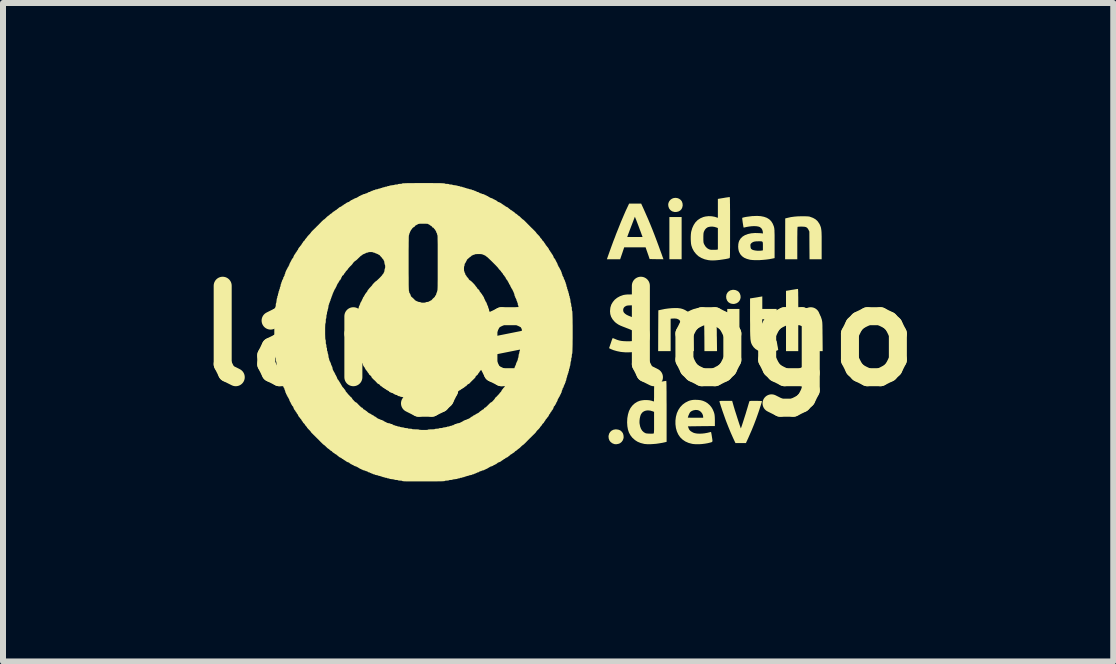
<source format=kicad_pcb>
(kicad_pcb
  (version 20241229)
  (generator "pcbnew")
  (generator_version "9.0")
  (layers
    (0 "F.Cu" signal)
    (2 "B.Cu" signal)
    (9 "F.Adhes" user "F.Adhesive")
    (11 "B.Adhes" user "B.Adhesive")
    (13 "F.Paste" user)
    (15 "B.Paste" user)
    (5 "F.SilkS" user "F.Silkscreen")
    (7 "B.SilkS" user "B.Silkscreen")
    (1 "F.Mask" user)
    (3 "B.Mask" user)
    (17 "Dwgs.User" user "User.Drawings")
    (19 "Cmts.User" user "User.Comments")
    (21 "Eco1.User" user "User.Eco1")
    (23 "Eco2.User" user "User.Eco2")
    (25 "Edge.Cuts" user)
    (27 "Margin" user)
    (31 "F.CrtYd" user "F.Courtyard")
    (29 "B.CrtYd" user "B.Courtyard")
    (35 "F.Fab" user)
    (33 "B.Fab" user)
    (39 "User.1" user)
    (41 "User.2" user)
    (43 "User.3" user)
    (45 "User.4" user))
  (footprint "large logo"
    (layer "F.Cu")
    (at 6.248 2.545)
    (property "Reference" "large logo" (at 0 0 0) (layer "F.SilkS") (effects (font (size 1.524 1.524) (thickness 0.3))))
    (attr board_only exclude_from_pos_files exclude_from_bom)
    (fp_poly (pts (xy 2.058 -1.276) (xy 1.854 -1.276) (xy 1.854 -1.979) (xy 2.058 -1.979)) (stroke (width 0) (type solid)) (fill yes) (layer "F.SilkS"))
    (fp_poly (pts (xy 3.021 0.255) (xy 2.818 0.255) (xy 2.818 -0.448) (xy 3.021 -0.448)) (stroke (width 0) (type solid)) (fill yes) (layer "F.SilkS"))
    (fp_poly (pts (xy 1.994 -2.293) (xy 2.017 -2.283) (xy 2.043 -2.264) (xy 2.062 -2.239) (xy 2.073 -2.207) (xy 2.073 -2.206) (xy 2.076 -2.173) (xy 2.069 -2.139) (xy 2.055 -2.109) (xy 2.054 -2.109) (xy 2.033 -2.087) (xy 2.006 -2.072) (xy 1.975 -2.064) (xy 1.942 -2.063) (xy 1.91 -2.071) (xy 1.897 -2.076) (xy 1.871 -2.095) (xy 1.851 -2.12) (xy 1.839 -2.15) (xy 1.834 -2.183) (xy 1.838 -2.212) (xy 1.852 -2.243) (xy 1.872 -2.267) (xy 1.898 -2.285) (xy 1.928 -2.296) (xy 1.961 -2.299)) (stroke (width 0) (type solid)) (fill yes) (layer "F.SilkS"))
    (fp_poly (pts (xy 2.953 -0.763) (xy 2.984 -0.751) (xy 3.009 -0.733) (xy 3.026 -0.709) (xy 3.038 -0.676) (xy 3.041 -0.642) (xy 3.035 -0.611) (xy 3.021 -0.583) (xy 3.001 -0.56) (xy 2.974 -0.543) (xy 2.942 -0.533) (xy 2.92 -0.531) (xy 2.893 -0.534) (xy 2.869 -0.541) (xy 2.861 -0.545) (xy 2.834 -0.563) (xy 2.815 -0.589) (xy 2.803 -0.621) (xy 2.802 -0.624) (xy 2.8 -0.659) (xy 2.806 -0.691) (xy 2.821 -0.719) (xy 2.843 -0.742) (xy 2.871 -0.758) (xy 2.905 -0.766) (xy 2.919 -0.767)) (stroke (width 0) (type solid)) (fill yes) (layer "F.SilkS"))
    (fp_poly (pts (xy 1.003 1.563) (xy 1.035 1.575) (xy 1.06 1.596) (xy 1.079 1.622) (xy 1.089 1.654) (xy 1.092 1.69) (xy 1.088 1.713) (xy 1.077 1.742) (xy 1.058 1.768) (xy 1.032 1.789) (xy 1.026 1.792) (xy 1.004 1.8) (xy 0.977 1.805) (xy 0.951 1.805) (xy 0.935 1.803) (xy 0.901 1.789) (xy 0.874 1.768) (xy 0.854 1.741) (xy 0.843 1.709) (xy 0.84 1.674) (xy 0.841 1.665) (xy 0.85 1.63) (xy 0.868 1.601) (xy 0.892 1.579) (xy 0.923 1.564) (xy 0.959 1.558) (xy 0.966 1.558)) (stroke (width 0) (type solid)) (fill yes) (layer "F.SilkS"))
    (fp_poly (pts (xy 4.107 -1.992) (xy 4.136 -1.991) (xy 4.159 -1.99) (xy 4.178 -1.988) (xy 4.194 -1.985) (xy 4.198 -1.983) (xy 4.247 -1.965) (xy 4.289 -1.941) (xy 4.323 -1.91) (xy 4.35 -1.871) (xy 4.358 -1.857) (xy 4.365 -1.841) (xy 4.371 -1.826) (xy 4.377 -1.81) (xy 4.381 -1.793) (xy 4.384 -1.774) (xy 4.387 -1.751) (xy 4.389 -1.724) (xy 4.39 -1.691) (xy 4.391 -1.652) (xy 4.391 -1.604) (xy 4.391 -1.549) (xy 4.391 -1.508) (xy 4.391 -1.276) (xy 4.189 -1.276) (xy 4.187 -1.507) (xy 4.186 -1.737) (xy 4.171 -1.768) (xy 4.159 -1.788) (xy 4.146 -1.802) (xy 4.128 -1.812) (xy 4.106 -1.817) (xy 4.076 -1.819) (xy 4.052 -1.82) (xy 4.028 -1.819) (xy 4.009 -1.818) (xy 3.995 -1.817) (xy 3.991 -1.816) (xy 3.989 -1.81) (xy 3.988 -1.795) (xy 3.987 -1.771) (xy 3.986 -1.736) (xy 3.986 -1.692) (xy 3.985 -1.638) (xy 3.985 -1.574) (xy 3.985 -1.544) (xy 3.985 -1.276) (xy 3.782 -1.276) (xy 3.783 -1.616) (xy 3.784 -1.956) (xy 3.821 -1.965) (xy 3.878 -1.978) (xy 3.937 -1.986) (xy 4 -1.991) (xy 4.068 -1.992)) (stroke (width 0) (type solid)) (fill yes) (layer "F.SilkS"))
    (fp_poly (pts (xy 1.427 -2.109) (xy 1.465 -2.023) (xy 1.502 -1.939) (xy 1.537 -1.855) (xy 1.572 -1.769) (xy 1.607 -1.679) (xy 1.643 -1.584) (xy 1.681 -1.481) (xy 1.704 -1.417) (xy 1.716 -1.385) (xy 1.727 -1.355) (xy 1.736 -1.329) (xy 1.743 -1.309) (xy 1.748 -1.297) (xy 1.748 -1.296) (xy 1.755 -1.276) (xy 1.64 -1.277) (xy 1.525 -1.279) (xy 1.505 -1.339) (xy 1.495 -1.367) (xy 1.485 -1.396) (xy 1.476 -1.421) (xy 1.471 -1.436) (xy 1.458 -1.474) (xy 1.101 -1.474) (xy 1.068 -1.375) (xy 1.034 -1.276) (xy 0.923 -1.276) (xy 0.813 -1.276) (xy 0.841 -1.356) (xy 0.881 -1.468) (xy 0.922 -1.58) (xy 0.948 -1.646) (xy 1.151 -1.646) (xy 1.279 -1.646) (xy 1.314 -1.646) (xy 1.346 -1.646) (xy 1.372 -1.647) (xy 1.392 -1.647) (xy 1.404 -1.647) (xy 1.406 -1.647) (xy 1.405 -1.653) (xy 1.4 -1.667) (xy 1.392 -1.687) (xy 1.383 -1.713) (xy 1.372 -1.743) (xy 1.36 -1.774) (xy 1.348 -1.807) (xy 1.336 -1.839) (xy 1.325 -1.868) (xy 1.315 -1.894) (xy 1.307 -1.914) (xy 1.305 -1.921) (xy 1.279 -1.984) (xy 1.233 -1.863) (xy 1.219 -1.827) (xy 1.205 -1.79) (xy 1.192 -1.756) (xy 1.181 -1.726) (xy 1.172 -1.703) (xy 1.169 -1.694) (xy 1.151 -1.646) (xy 0.948 -1.646) (xy 0.964 -1.69) (xy 1.007 -1.797) (xy 1.048 -1.9) (xy 1.089 -1.996) (xy 1.128 -2.086) (xy 1.162 -2.158) (xy 1.183 -2.203) (xy 1.384 -2.203)) (stroke (width 0) (type solid)) (fill yes) (layer "F.SilkS"))
    (fp_poly (pts (xy 3.402 -0.448) (xy 3.641 -0.448) (xy 3.639 -0.279) (xy 3.401 -0.276) (xy 3.403 -0.126) (xy 3.403 -0.083) (xy 3.404 -0.048) (xy 3.404 -0.022) (xy 3.405 -0.002) (xy 3.406 0.013) (xy 3.408 0.024) (xy 3.41 0.033) (xy 3.413 0.04) (xy 3.417 0.048) (xy 3.417 0.049) (xy 3.429 0.07) (xy 3.442 0.083) (xy 3.458 0.092) (xy 3.48 0.096) (xy 3.506 0.098) (xy 3.541 0.098) (xy 3.573 0.094) (xy 3.595 0.089) (xy 3.614 0.084) (xy 3.629 0.081) (xy 3.638 0.079) (xy 3.639 0.079) (xy 3.64 0.085) (xy 3.643 0.098) (xy 3.647 0.118) (xy 3.651 0.141) (xy 3.655 0.165) (xy 3.66 0.188) (xy 3.663 0.209) (xy 3.666 0.225) (xy 3.667 0.233) (xy 3.667 0.233) (xy 3.663 0.237) (xy 3.651 0.243) (xy 3.635 0.249) (xy 3.569 0.265) (xy 3.5 0.272) (xy 3.433 0.271) (xy 3.41 0.268) (xy 3.387 0.265) (xy 3.37 0.261) (xy 3.327 0.244) (xy 3.288 0.219) (xy 3.256 0.188) (xy 3.231 0.151) (xy 3.228 0.144) (xy 3.222 0.132) (xy 3.217 0.119) (xy 3.213 0.106) (xy 3.21 0.09) (xy 3.207 0.073) (xy 3.204 0.051) (xy 3.203 0.026) (xy 3.201 -0.005) (xy 3.2 -0.041) (xy 3.199 -0.084) (xy 3.199 -0.135) (xy 3.199 -0.194) (xy 3.198 -0.262) (xy 3.198 -0.3) (xy 3.198 -0.623) (xy 3.288 -0.637) (xy 3.318 -0.642) (xy 3.346 -0.647) (xy 3.368 -0.651) (xy 3.384 -0.653) (xy 3.39 -0.655) (xy 3.402 -0.657)) (stroke (width 0) (type solid)) (fill yes) (layer "F.SilkS"))
    (fp_poly (pts (xy 3.997 -0.778) (xy 3.998 -0.767) (xy 3.999 -0.748) (xy 4 -0.72) (xy 4 -0.683) (xy 4.001 -0.637) (xy 4.001 -0.614) (xy 4.001 -0.568) (xy 4.001 -0.531) (xy 4.001 -0.503) (xy 4.002 -0.482) (xy 4.002 -0.467) (xy 4.003 -0.458) (xy 4.005 -0.452) (xy 4.007 -0.45) (xy 4.009 -0.45) (xy 4.01 -0.45) (xy 4.05 -0.458) (xy 4.096 -0.462) (xy 4.143 -0.462) (xy 4.189 -0.458) (xy 4.229 -0.449) (xy 4.231 -0.448) (xy 4.276 -0.429) (xy 4.316 -0.401) (xy 4.349 -0.367) (xy 4.373 -0.329) (xy 4.378 -0.316) (xy 4.385 -0.296) (xy 4.392 -0.274) (xy 4.393 -0.272) (xy 4.395 -0.262) (xy 4.397 -0.252) (xy 4.399 -0.241) (xy 4.401 -0.228) (xy 4.402 -0.212) (xy 4.403 -0.191) (xy 4.404 -0.166) (xy 4.404 -0.134) (xy 4.405 -0.095) (xy 4.405 -0.047) (xy 4.406 0.009) (xy 4.406 0.012) (xy 4.408 0.255) (xy 4.205 0.255) (xy 4.203 0.03) (xy 4.202 -0.026) (xy 4.201 -0.072) (xy 4.201 -0.11) (xy 4.2 -0.141) (xy 4.199 -0.165) (xy 4.198 -0.184) (xy 4.197 -0.198) (xy 4.195 -0.209) (xy 4.193 -0.218) (xy 4.192 -0.222) (xy 4.178 -0.249) (xy 4.159 -0.27) (xy 4.135 -0.283) (xy 4.127 -0.285) (xy 4.101 -0.288) (xy 4.071 -0.288) (xy 4.042 -0.286) (xy 4.023 -0.282) (xy 4.001 -0.276) (xy 4.001 0.255) (xy 3.797 0.255) (xy 3.797 -0.75) (xy 3.814 -0.752) (xy 3.855 -0.759) (xy 3.893 -0.766) (xy 3.927 -0.771) (xy 3.955 -0.776) (xy 3.977 -0.779) (xy 3.991 -0.781) (xy 3.995 -0.781)) (stroke (width 0) (type solid)) (fill yes) (layer "F.SilkS"))
    (fp_poly (pts (xy 2.927 1.179) (xy 2.935 1.205) (xy 2.944 1.236) (xy 2.955 1.27) (xy 2.967 1.307) (xy 2.979 1.345) (xy 2.991 1.383) (xy 3.003 1.42) (xy 3.014 1.454) (xy 3.024 1.484) (xy 3.033 1.509) (xy 3.039 1.528) (xy 3.043 1.539) (xy 3.045 1.541) (xy 3.048 1.534) (xy 3.054 1.518) (xy 3.062 1.494) (xy 3.072 1.464) (xy 3.084 1.427) (xy 3.097 1.386) (xy 3.111 1.342) (xy 3.126 1.295) (xy 3.14 1.247) (xy 3.155 1.198) (xy 3.169 1.15) (xy 3.183 1.104) (xy 3.186 1.093) (xy 3.188 1.09) (xy 3.192 1.087) (xy 3.199 1.086) (xy 3.212 1.084) (xy 3.231 1.084) (xy 3.257 1.084) (xy 3.293 1.084) (xy 3.331 1.084) (xy 3.361 1.085) (xy 3.382 1.086) (xy 3.394 1.087) (xy 3.396 1.089) (xy 3.395 1.097) (xy 3.39 1.113) (xy 3.383 1.136) (xy 3.374 1.165) (xy 3.363 1.198) (xy 3.352 1.233) (xy 3.34 1.269) (xy 3.327 1.306) (xy 3.315 1.34) (xy 3.304 1.371) (xy 3.303 1.374) (xy 3.264 1.477) (xy 3.224 1.575) (xy 3.181 1.673) (xy 3.167 1.705) (xy 3.129 1.787) (xy 2.955 1.787) (xy 2.915 1.701) (xy 2.876 1.613) (xy 2.836 1.516) (xy 2.796 1.414) (xy 2.758 1.307) (xy 2.737 1.247) (xy 2.725 1.21) (xy 2.713 1.175) (xy 2.704 1.145) (xy 2.696 1.12) (xy 2.691 1.103) (xy 2.688 1.093) (xy 2.688 1.092) (xy 2.689 1.089) (xy 2.693 1.087) (xy 2.7 1.085) (xy 2.714 1.084) (xy 2.734 1.084) (xy 2.761 1.084) (xy 2.794 1.084) (xy 2.9 1.084)) (stroke (width 0) (type solid)) (fill yes) (layer "F.SilkS"))
    (fp_poly (pts (xy 2.409 -0.462) (xy 2.457 -0.453) (xy 2.502 -0.438) (xy 2.541 -0.415) (xy 2.575 -0.386) (xy 2.601 -0.352) (xy 2.61 -0.336) (xy 2.617 -0.32) (xy 2.623 -0.305) (xy 2.628 -0.289) (xy 2.632 -0.271) (xy 2.635 -0.249) (xy 2.638 -0.224) (xy 2.64 -0.194) (xy 2.641 -0.157) (xy 2.643 -0.114) (xy 2.644 -0.062) (xy 2.644 -0.001) (xy 2.645 0.02) (xy 2.648 0.255) (xy 2.438 0.255) (xy 2.437 0.025) (xy 2.436 -0.031) (xy 2.436 -0.077) (xy 2.435 -0.115) (xy 2.435 -0.146) (xy 2.434 -0.17) (xy 2.433 -0.189) (xy 2.432 -0.203) (xy 2.43 -0.214) (xy 2.428 -0.222) (xy 2.426 -0.229) (xy 2.426 -0.23) (xy 2.411 -0.257) (xy 2.389 -0.276) (xy 2.362 -0.286) (xy 2.328 -0.288) (xy 2.298 -0.284) (xy 2.274 -0.277) (xy 2.258 -0.271) (xy 2.25 -0.264) (xy 2.248 -0.254) (xy 2.25 -0.24) (xy 2.251 -0.239) (xy 2.252 -0.228) (xy 2.254 -0.207) (xy 2.255 -0.177) (xy 2.256 -0.139) (xy 2.257 -0.093) (xy 2.258 -0.04) (xy 2.259 0.019) (xy 2.259 0.02) (xy 2.262 0.255) (xy 2.053 0.255) (xy 2.051 0.025) (xy 2.051 -0.036) (xy 2.05 -0.086) (xy 2.049 -0.128) (xy 2.048 -0.162) (xy 2.047 -0.188) (xy 2.046 -0.207) (xy 2.044 -0.22) (xy 2.043 -0.226) (xy 2.029 -0.253) (xy 2.008 -0.272) (xy 1.979 -0.285) (xy 1.943 -0.289) (xy 1.911 -0.288) (xy 1.875 -0.285) (xy 1.875 0.255) (xy 1.667 0.255) (xy 1.668 -0.085) (xy 1.67 -0.425) (xy 1.722 -0.436) (xy 1.78 -0.448) (xy 1.839 -0.456) (xy 1.895 -0.461) (xy 1.949 -0.463) (xy 1.996 -0.462) (xy 2.036 -0.457) (xy 2.043 -0.456) (xy 2.078 -0.446) (xy 2.115 -0.43) (xy 2.146 -0.411) (xy 2.147 -0.411) (xy 2.153 -0.407) (xy 2.159 -0.405) (xy 2.167 -0.406) (xy 2.179 -0.411) (xy 2.197 -0.42) (xy 2.204 -0.424) (xy 2.255 -0.445) (xy 2.307 -0.458) (xy 2.359 -0.464)) (stroke (width 0) (type solid)) (fill yes) (layer "F.SilkS"))
    (fp_poly (pts (xy 2.338 1.068) (xy 2.377 1.073) (xy 2.414 1.083) (xy 2.451 1.099) (xy 2.454 1.1) (xy 2.489 1.122) (xy 2.523 1.152) (xy 2.553 1.187) (xy 2.575 1.224) (xy 2.588 1.253) (xy 2.598 1.279) (xy 2.605 1.305) (xy 2.609 1.334) (xy 2.611 1.367) (xy 2.612 1.408) (xy 2.612 1.417) (xy 2.612 1.503) (xy 2.388 1.505) (xy 2.163 1.508) (xy 2.171 1.531) (xy 2.178 1.549) (xy 2.186 1.564) (xy 2.188 1.568) (xy 2.205 1.585) (xy 2.229 1.601) (xy 2.256 1.615) (xy 2.279 1.622) (xy 2.312 1.628) (xy 2.352 1.63) (xy 2.396 1.629) (xy 2.442 1.624) (xy 2.486 1.616) (xy 2.519 1.608) (xy 2.534 1.604) (xy 2.545 1.602) (xy 2.548 1.603) (xy 2.55 1.609) (xy 2.553 1.624) (xy 2.557 1.645) (xy 2.561 1.671) (xy 2.563 1.684) (xy 2.568 1.715) (xy 2.571 1.737) (xy 2.572 1.752) (xy 2.569 1.762) (xy 2.564 1.768) (xy 2.554 1.773) (xy 2.539 1.777) (xy 2.532 1.779) (xy 2.491 1.789) (xy 2.444 1.797) (xy 2.395 1.803) (xy 2.345 1.806) (xy 2.298 1.806) (xy 2.257 1.803) (xy 2.235 1.8) (xy 2.174 1.784) (xy 2.12 1.76) (xy 2.074 1.729) (xy 2.034 1.69) (xy 2.003 1.645) (xy 1.979 1.593) (xy 1.963 1.536) (xy 1.955 1.472) (xy 1.955 1.412) (xy 1.961 1.362) (xy 2.162 1.362) (xy 2.167 1.363) (xy 2.181 1.363) (xy 2.202 1.364) (xy 2.23 1.364) (xy 2.263 1.365) (xy 2.289 1.365) (xy 2.417 1.365) (xy 2.417 1.35) (xy 2.412 1.32) (xy 2.399 1.292) (xy 2.379 1.267) (xy 2.353 1.248) (xy 2.347 1.244) (xy 2.318 1.236) (xy 2.287 1.235) (xy 2.255 1.241) (xy 2.227 1.252) (xy 2.203 1.269) (xy 2.197 1.277) (xy 2.19 1.288) (xy 2.182 1.306) (xy 2.173 1.325) (xy 2.167 1.343) (xy 2.162 1.357) (xy 2.162 1.362) (xy 1.961 1.362) (xy 1.963 1.348) (xy 1.979 1.288) (xy 2.004 1.234) (xy 2.035 1.187) (xy 2.074 1.146) (xy 2.119 1.113) (xy 2.17 1.087) (xy 2.189 1.08) (xy 2.211 1.074) (xy 2.231 1.07) (xy 2.252 1.067) (xy 2.278 1.066) (xy 2.292 1.066)) (stroke (width 0) (type solid)) (fill yes) (layer "F.SilkS"))
    (fp_poly (pts (xy 1.803 0.755) (xy 1.804 0.771) (xy 1.805 0.796) (xy 1.806 0.831) (xy 1.806 0.876) (xy 1.807 0.93) (xy 1.807 0.993) (xy 1.807 1.066) (xy 1.808 1.146) (xy 1.808 1.236) (xy 1.808 1.258) (xy 1.808 1.766) (xy 1.788 1.771) (xy 1.739 1.782) (xy 1.686 1.791) (xy 1.632 1.799) (xy 1.579 1.803) (xy 1.528 1.806) (xy 1.482 1.805) (xy 1.443 1.802) (xy 1.432 1.8) (xy 1.374 1.785) (xy 1.325 1.765) (xy 1.281 1.737) (xy 1.242 1.702) (xy 1.238 1.699) (xy 1.206 1.658) (xy 1.181 1.613) (xy 1.164 1.563) (xy 1.154 1.507) (xy 1.15 1.444) (xy 1.15 1.443) (xy 1.15 1.44) (xy 1.356 1.44) (xy 1.357 1.459) (xy 1.366 1.508) (xy 1.381 1.549) (xy 1.402 1.582) (xy 1.429 1.607) (xy 1.461 1.624) (xy 1.473 1.626) (xy 1.491 1.628) (xy 1.514 1.629) (xy 1.539 1.63) (xy 1.562 1.63) (xy 1.58 1.629) (xy 1.591 1.627) (xy 1.591 1.627) (xy 1.593 1.626) (xy 1.595 1.621) (xy 1.596 1.614) (xy 1.597 1.602) (xy 1.598 1.584) (xy 1.599 1.56) (xy 1.599 1.529) (xy 1.599 1.489) (xy 1.599 1.446) (xy 1.599 1.267) (xy 1.577 1.258) (xy 1.537 1.246) (xy 1.495 1.242) (xy 1.463 1.246) (xy 1.431 1.257) (xy 1.403 1.277) (xy 1.382 1.305) (xy 1.376 1.318) (xy 1.368 1.343) (xy 1.361 1.374) (xy 1.357 1.408) (xy 1.356 1.44) (xy 1.15 1.44) (xy 1.153 1.373) (xy 1.164 1.31) (xy 1.181 1.253) (xy 1.206 1.203) (xy 1.238 1.161) (xy 1.276 1.126) (xy 1.321 1.098) (xy 1.362 1.082) (xy 1.396 1.075) (xy 1.436 1.07) (xy 1.477 1.07) (xy 1.517 1.073) (xy 1.551 1.08) (xy 1.559 1.082) (xy 1.576 1.088) (xy 1.59 1.092) (xy 1.596 1.094) (xy 1.596 1.094) (xy 1.597 1.089) (xy 1.598 1.075) (xy 1.598 1.053) (xy 1.599 1.024) (xy 1.599 0.99) (xy 1.599 0.952) (xy 1.599 0.938) (xy 1.599 0.899) (xy 1.6 0.863) (xy 1.6 0.832) (xy 1.6 0.808) (xy 1.601 0.791) (xy 1.601 0.782) (xy 1.602 0.781) (xy 1.607 0.781) (xy 1.622 0.778) (xy 1.643 0.775) (xy 1.67 0.771) (xy 1.7 0.766) (xy 1.701 0.766) (xy 1.731 0.761) (xy 1.759 0.757) (xy 1.781 0.753) (xy 1.796 0.751) (xy 1.803 0.75) (xy 1.803 0.75)) (stroke (width 0) (type solid)) (fill yes) (layer "F.SilkS"))
    (fp_poly (pts (xy 2.86 -2.31) (xy 2.861 -2.3) (xy 2.862 -2.283) (xy 2.863 -2.259) (xy 2.863 -2.228) (xy 2.864 -2.188) (xy 2.864 -2.14) (xy 2.865 -2.083) (xy 2.865 -2.017) (xy 2.865 -1.942) (xy 2.865 -1.856) (xy 2.865 -1.806) (xy 2.865 -1.721) (xy 2.865 -1.647) (xy 2.865 -1.582) (xy 2.865 -1.525) (xy 2.865 -1.477) (xy 2.864 -1.436) (xy 2.864 -1.401) (xy 2.864 -1.373) (xy 2.863 -1.35) (xy 2.863 -1.332) (xy 2.862 -1.319) (xy 2.861 -1.309) (xy 2.86 -1.302) (xy 2.859 -1.298) (xy 2.858 -1.296) (xy 2.856 -1.295) (xy 2.856 -1.295) (xy 2.841 -1.29) (xy 2.818 -1.285) (xy 2.789 -1.279) (xy 2.756 -1.274) (xy 2.722 -1.269) (xy 2.689 -1.264) (xy 2.678 -1.263) (xy 2.625 -1.258) (xy 2.58 -1.256) (xy 2.541 -1.257) (xy 2.505 -1.261) (xy 2.503 -1.261) (xy 2.442 -1.275) (xy 2.388 -1.297) (xy 2.339 -1.326) (xy 2.298 -1.364) (xy 2.263 -1.408) (xy 2.236 -1.459) (xy 2.221 -1.503) (xy 2.215 -1.532) (xy 2.212 -1.568) (xy 2.21 -1.609) (xy 2.21 -1.63) (xy 2.42 -1.63) (xy 2.42 -1.6) (xy 2.421 -1.578) (xy 2.422 -1.562) (xy 2.424 -1.55) (xy 2.428 -1.538) (xy 2.433 -1.526) (xy 2.433 -1.526) (xy 2.455 -1.489) (xy 2.482 -1.461) (xy 2.508 -1.445) (xy 2.523 -1.439) (xy 2.537 -1.435) (xy 2.555 -1.433) (xy 2.58 -1.433) (xy 2.586 -1.433) (xy 2.61 -1.433) (xy 2.631 -1.434) (xy 2.645 -1.435) (xy 2.65 -1.436) (xy 2.662 -1.439) (xy 2.662 -1.796) (xy 2.641 -1.804) (xy 2.605 -1.815) (xy 2.568 -1.82) (xy 2.531 -1.818) (xy 2.499 -1.811) (xy 2.486 -1.805) (xy 2.464 -1.789) (xy 2.445 -1.766) (xy 2.431 -1.738) (xy 2.429 -1.734) (xy 2.425 -1.72) (xy 2.422 -1.704) (xy 2.421 -1.684) (xy 2.42 -1.657) (xy 2.42 -1.63) (xy 2.21 -1.63) (xy 2.21 -1.65) (xy 2.212 -1.691) (xy 2.216 -1.726) (xy 2.218 -1.736) (xy 2.235 -1.795) (xy 2.259 -1.847) (xy 2.289 -1.892) (xy 2.326 -1.929) (xy 2.37 -1.958) (xy 2.419 -1.979) (xy 2.455 -1.988) (xy 2.507 -1.994) (xy 2.56 -1.992) (xy 2.61 -1.983) (xy 2.625 -1.978) (xy 2.662 -1.966) (xy 2.662 -2.281) (xy 2.679 -2.284) (xy 2.72 -2.291) (xy 2.757 -2.297) (xy 2.791 -2.303) (xy 2.82 -2.307) (xy 2.841 -2.31) (xy 2.855 -2.312) (xy 2.859 -2.313)) (stroke (width 0) (type solid)) (fill yes) (layer "F.SilkS"))
    (fp_poly (pts (xy 3.376 -1.994) (xy 3.431 -1.983) (xy 3.478 -1.966) (xy 3.517 -1.942) (xy 3.549 -1.911) (xy 3.574 -1.872) (xy 3.593 -1.827) (xy 3.598 -1.809) (xy 3.6 -1.799) (xy 3.602 -1.788) (xy 3.603 -1.775) (xy 3.605 -1.758) (xy 3.605 -1.737) (xy 3.606 -1.711) (xy 3.607 -1.678) (xy 3.607 -1.637) (xy 3.607 -1.588) (xy 3.607 -1.534) (xy 3.607 -1.295) (xy 3.566 -1.286) (xy 3.516 -1.277) (xy 3.463 -1.27) (xy 3.407 -1.265) (xy 3.352 -1.261) (xy 3.299 -1.261) (xy 3.251 -1.262) (xy 3.21 -1.266) (xy 3.196 -1.268) (xy 3.144 -1.282) (xy 3.1 -1.301) (xy 3.064 -1.327) (xy 3.036 -1.359) (xy 3.016 -1.397) (xy 3.01 -1.413) (xy 3.003 -1.448) (xy 3 -1.487) (xy 3.002 -1.514) (xy 3.204 -1.514) (xy 3.204 -1.498) (xy 3.205 -1.492) (xy 3.207 -1.472) (xy 3.211 -1.458) (xy 3.217 -1.448) (xy 3.22 -1.446) (xy 3.237 -1.434) (xy 3.262 -1.426) (xy 3.294 -1.42) (xy 3.329 -1.417) (xy 3.366 -1.418) (xy 3.388 -1.42) (xy 3.412 -1.424) (xy 3.412 -1.495) (xy 3.412 -1.526) (xy 3.411 -1.547) (xy 3.408 -1.561) (xy 3.401 -1.57) (xy 3.389 -1.574) (xy 3.37 -1.575) (xy 3.344 -1.575) (xy 3.336 -1.575) (xy 3.299 -1.574) (xy 3.27 -1.57) (xy 3.248 -1.563) (xy 3.23 -1.552) (xy 3.22 -1.544) (xy 3.211 -1.534) (xy 3.206 -1.525) (xy 3.204 -1.514) (xy 3.002 -1.514) (xy 3.002 -1.525) (xy 3.009 -1.56) (xy 3.018 -1.585) (xy 3.042 -1.623) (xy 3.074 -1.654) (xy 3.114 -1.678) (xy 3.162 -1.696) (xy 3.218 -1.708) (xy 3.281 -1.713) (xy 3.321 -1.712) (xy 3.348 -1.711) (xy 3.372 -1.71) (xy 3.391 -1.708) (xy 3.402 -1.706) (xy 3.404 -1.706) (xy 3.409 -1.704) (xy 3.412 -1.707) (xy 3.412 -1.716) (xy 3.411 -1.732) (xy 3.403 -1.764) (xy 3.387 -1.791) (xy 3.364 -1.81) (xy 3.359 -1.813) (xy 3.335 -1.821) (xy 3.304 -1.826) (xy 3.267 -1.828) (xy 3.226 -1.826) (xy 3.183 -1.821) (xy 3.141 -1.814) (xy 3.124 -1.81) (xy 3.107 -1.806) (xy 3.095 -1.804) (xy 3.091 -1.804) (xy 3.089 -1.81) (xy 3.086 -1.824) (xy 3.083 -1.844) (xy 3.079 -1.868) (xy 3.075 -1.893) (xy 3.072 -1.917) (xy 3.069 -1.939) (xy 3.068 -1.955) (xy 3.067 -1.964) (xy 3.067 -1.965) (xy 3.075 -1.968) (xy 3.092 -1.973) (xy 3.115 -1.978) (xy 3.142 -1.983) (xy 3.173 -1.987) (xy 3.204 -1.991) (xy 3.234 -1.995) (xy 3.244 -1.995) (xy 3.314 -1.998)) (stroke (width 0) (type solid)) (fill yes) (layer "F.SilkS"))
    (fp_poly (pts (xy 1.251 -0.689) (xy 1.277 -0.688) (xy 1.299 -0.687) (xy 1.317 -0.685) (xy 1.335 -0.681) (xy 1.355 -0.676) (xy 1.382 -0.668) (xy 1.412 -0.658) (xy 1.438 -0.648) (xy 1.445 -0.646) (xy 1.465 -0.637) (xy 1.477 -0.63) (xy 1.482 -0.625) (xy 1.482 -0.621) (xy 1.479 -0.613) (xy 1.473 -0.597) (xy 1.465 -0.576) (xy 1.456 -0.551) (xy 1.455 -0.547) (xy 1.446 -0.522) (xy 1.437 -0.499) (xy 1.431 -0.482) (xy 1.427 -0.471) (xy 1.427 -0.47) (xy 1.423 -0.459) (xy 1.382 -0.476) (xy 1.348 -0.489) (xy 1.319 -0.499) (xy 1.29 -0.504) (xy 1.259 -0.507) (xy 1.221 -0.508) (xy 1.219 -0.508) (xy 1.19 -0.507) (xy 1.169 -0.506) (xy 1.153 -0.504) (xy 1.14 -0.501) (xy 1.129 -0.496) (xy 1.105 -0.481) (xy 1.09 -0.46) (xy 1.084 -0.434) (xy 1.084 -0.429) (xy 1.087 -0.407) (xy 1.097 -0.387) (xy 1.116 -0.368) (xy 1.142 -0.35) (xy 1.178 -0.333) (xy 1.217 -0.318) (xy 1.265 -0.299) (xy 1.31 -0.281) (xy 1.349 -0.263) (xy 1.382 -0.247) (xy 1.407 -0.233) (xy 1.409 -0.231) (xy 1.45 -0.2) (xy 1.481 -0.164) (xy 1.504 -0.124) (xy 1.519 -0.078) (xy 1.526 -0.026) (xy 1.526 -0.001) (xy 1.522 0.054) (xy 1.509 0.103) (xy 1.488 0.147) (xy 1.458 0.184) (xy 1.42 0.215) (xy 1.374 0.239) (xy 1.319 0.258) (xy 1.266 0.269) (xy 1.222 0.273) (xy 1.173 0.275) (xy 1.122 0.275) (xy 1.074 0.271) (xy 1.045 0.268) (xy 0.98 0.255) (xy 0.921 0.238) (xy 0.887 0.224) (xy 0.87 0.216) (xy 0.857 0.21) (xy 0.851 0.206) (xy 0.85 0.206) (xy 0.851 0.201) (xy 0.855 0.188) (xy 0.862 0.169) (xy 0.869 0.147) (xy 0.878 0.122) (xy 0.886 0.097) (xy 0.894 0.074) (xy 0.901 0.056) (xy 0.906 0.043) (xy 0.909 0.038) (xy 0.914 0.039) (xy 0.926 0.043) (xy 0.943 0.05) (xy 0.948 0.052) (xy 0.984 0.067) (xy 1.017 0.077) (xy 1.05 0.084) (xy 1.085 0.088) (xy 1.126 0.09) (xy 1.146 0.091) (xy 1.177 0.091) (xy 1.2 0.09) (xy 1.216 0.089) (xy 1.229 0.088) (xy 1.24 0.084) (xy 1.251 0.08) (xy 1.256 0.077) (xy 1.274 0.068) (xy 1.288 0.057) (xy 1.295 0.05) (xy 1.304 0.027) (xy 1.306 0.001) (xy 1.302 -0.025) (xy 1.298 -0.035) (xy 1.289 -0.05) (xy 1.277 -0.063) (xy 1.26 -0.076) (xy 1.238 -0.089) (xy 1.21 -0.102) (xy 1.174 -0.117) (xy 1.129 -0.134) (xy 1.125 -0.136) (xy 1.078 -0.154) (xy 1.039 -0.17) (xy 1.007 -0.186) (xy 0.981 -0.203) (xy 0.957 -0.221) (xy 0.94 -0.237) (xy 0.907 -0.276) (xy 0.883 -0.318) (xy 0.869 -0.363) (xy 0.865 -0.411) (xy 0.87 -0.464) (xy 0.872 -0.475) (xy 0.887 -0.522) (xy 0.912 -0.564) (xy 0.944 -0.602) (xy 0.984 -0.634) (xy 1.031 -0.66) (xy 1.084 -0.679) (xy 1.091 -0.681) (xy 1.11 -0.684) (xy 1.131 -0.687) (xy 1.157 -0.689) (xy 1.19 -0.689) (xy 1.216 -0.69)) (stroke (width 0) (type solid)) (fill yes) (layer "F.SilkS"))
    (fp_poly (pts (xy -2.17 -2.545) (xy -2.108 -2.545) (xy -2.055 -2.544) (xy -2.01 -2.544) (xy -1.974 -2.544) (xy -1.944 -2.543) (xy -1.922 -2.542) (xy -1.905 -2.541) (xy -1.895 -2.54) (xy -1.889 -2.539) (xy -1.887 -2.538) (xy -1.88 -2.534) (xy -1.863 -2.532) (xy -1.851 -2.532) (xy -1.834 -2.531) (xy -1.822 -2.529) (xy -1.818 -2.526) (xy -1.813 -2.524) (xy -1.801 -2.522) (xy -1.789 -2.521) (xy -1.774 -2.521) (xy -1.763 -2.519) (xy -1.761 -2.517) (xy -1.756 -2.514) (xy -1.743 -2.511) (xy -1.725 -2.509) (xy -1.719 -2.509) (xy -1.699 -2.506) (xy -1.684 -2.503) (xy -1.675 -2.501) (xy -1.675 -2.5) (xy -1.668 -2.497) (xy -1.655 -2.495) (xy -1.654 -2.495) (xy -1.642 -2.494) (xy -1.636 -2.491) (xy -1.636 -2.49) (xy -1.631 -2.487) (xy -1.62 -2.485) (xy -1.615 -2.485) (xy -1.602 -2.484) (xy -1.595 -2.481) (xy -1.594 -2.48) (xy -1.589 -2.476) (xy -1.578 -2.474) (xy -1.576 -2.474) (xy -1.564 -2.473) (xy -1.558 -2.47) (xy -1.558 -2.469) (xy -1.553 -2.465) (xy -1.542 -2.464) (xy -1.542 -2.464) (xy -1.531 -2.462) (xy -1.526 -2.459) (xy -1.526 -2.459) (xy -1.522 -2.455) (xy -1.51 -2.454) (xy -1.508 -2.454) (xy -1.496 -2.452) (xy -1.49 -2.45) (xy -1.49 -2.449) (xy -1.485 -2.446) (xy -1.473 -2.443) (xy -1.461 -2.441) (xy -1.446 -2.438) (xy -1.435 -2.435) (xy -1.433 -2.432) (xy -1.428 -2.429) (xy -1.417 -2.427) (xy -1.417 -2.427) (xy -1.406 -2.426) (xy -1.401 -2.422) (xy -1.401 -2.422) (xy -1.397 -2.418) (xy -1.388 -2.417) (xy -1.378 -2.415) (xy -1.375 -2.412) (xy -1.371 -2.408) (xy -1.365 -2.407) (xy -1.356 -2.404) (xy -1.354 -2.401) (xy -1.35 -2.398) (xy -1.339 -2.396) (xy -1.339 -2.396) (xy -1.328 -2.395) (xy -1.323 -2.391) (xy -1.323 -2.391) (xy -1.319 -2.386) (xy -1.315 -2.386) (xy -1.308 -2.383) (xy -1.308 -2.381) (xy -1.303 -2.377) (xy -1.292 -2.375) (xy -1.292 -2.375) (xy -1.281 -2.374) (xy -1.276 -2.371) (xy -1.276 -2.37) (xy -1.272 -2.367) (xy -1.26 -2.363) (xy -1.253 -2.362) (xy -1.239 -2.359) (xy -1.23 -2.356) (xy -1.229 -2.354) (xy -1.225 -2.35) (xy -1.219 -2.349) (xy -1.21 -2.347) (xy -1.209 -2.344) (xy -1.204 -2.34) (xy -1.198 -2.339) (xy -1.19 -2.337) (xy -1.188 -2.334) (xy -1.183 -2.329) (xy -1.177 -2.329) (xy -1.169 -2.326) (xy -1.167 -2.323) (xy -1.163 -2.319) (xy -1.159 -2.318) (xy -1.152 -2.315) (xy -1.151 -2.313) (xy -1.147 -2.309) (xy -1.141 -2.308) (xy -1.132 -2.305) (xy -1.13 -2.302) (xy -1.126 -2.298) (xy -1.123 -2.297) (xy -1.113 -2.295) (xy -1.1 -2.291) (xy -1.086 -2.284) (xy -1.076 -2.279) (xy -1.073 -2.275) (xy -1.069 -2.272) (xy -1.063 -2.271) (xy -1.054 -2.269) (xy -1.052 -2.266) (xy -1.048 -2.262) (xy -1.042 -2.261) (xy -1.033 -2.259) (xy -1.031 -2.256) (xy -1.027 -2.251) (xy -1.025 -2.25) (xy -1.017 -2.247) (xy -1.011 -2.24) (xy -1.002 -2.232) (xy -0.996 -2.23) (xy -0.985 -2.227) (xy -0.971 -2.221) (xy -0.956 -2.213) (xy -0.944 -2.206) (xy -0.939 -2.201) (xy -0.932 -2.194) (xy -0.928 -2.193) (xy -0.918 -2.189) (xy -0.912 -2.183) (xy -0.903 -2.175) (xy -0.896 -2.172) (xy -0.887 -2.168) (xy -0.88 -2.162) (xy -0.87 -2.153) (xy -0.857 -2.148) (xy -0.843 -2.142) (xy -0.829 -2.131) (xy -0.828 -2.13) (xy -0.818 -2.12) (xy -0.81 -2.115) (xy -0.809 -2.115) (xy -0.803 -2.111) (xy -0.797 -2.105) (xy -0.789 -2.096) (xy -0.783 -2.094) (xy -0.774 -2.091) (xy -0.763 -2.083) (xy -0.762 -2.081) (xy -0.751 -2.072) (xy -0.743 -2.068) (xy -0.742 -2.068) (xy -0.735 -2.064) (xy -0.725 -2.055) (xy -0.723 -2.052) (xy -0.714 -2.042) (xy -0.706 -2.037) (xy -0.704 -2.037) (xy -0.697 -2.033) (xy -0.686 -2.025) (xy -0.679 -2.019) (xy -0.668 -2.008) (xy -0.659 -2.001) (xy -0.656 -2) (xy -0.65 -1.997) (xy -0.639 -1.988) (xy -0.625 -1.974) (xy -0.62 -1.969) (xy -0.605 -1.955) (xy -0.593 -1.944) (xy -0.585 -1.938) (xy -0.584 -1.938) (xy -0.578 -1.934) (xy -0.567 -1.925) (xy -0.553 -1.911) (xy -0.545 -1.903) (xy -0.53 -1.888) (xy -0.516 -1.874) (xy -0.508 -1.865) (xy -0.506 -1.863) (xy -0.499 -1.856) (xy -0.487 -1.845) (xy -0.473 -1.83) (xy -0.459 -1.816) (xy -0.447 -1.804) (xy -0.439 -1.796) (xy -0.438 -1.795) (xy -0.432 -1.79) (xy -0.421 -1.779) (xy -0.407 -1.765) (xy -0.399 -1.757) (xy -0.384 -1.742) (xy -0.372 -1.729) (xy -0.366 -1.721) (xy -0.365 -1.719) (xy -0.361 -1.713) (xy -0.352 -1.702) (xy -0.338 -1.688) (xy -0.333 -1.683) (xy -0.319 -1.668) (xy -0.308 -1.656) (xy -0.303 -1.648) (xy -0.302 -1.647) (xy -0.299 -1.64) (xy -0.29 -1.629) (xy -0.284 -1.623) (xy -0.273 -1.611) (xy -0.267 -1.601) (xy -0.266 -1.598) (xy -0.262 -1.591) (xy -0.252 -1.581) (xy -0.25 -1.579) (xy -0.24 -1.57) (xy -0.235 -1.562) (xy -0.234 -1.561) (xy -0.231 -1.553) (xy -0.223 -1.543) (xy -0.221 -1.541) (xy -0.213 -1.53) (xy -0.208 -1.521) (xy -0.208 -1.52) (xy -0.205 -1.512) (xy -0.198 -1.505) (xy -0.19 -1.498) (xy -0.188 -1.493) (xy -0.184 -1.487) (xy -0.175 -1.478) (xy -0.173 -1.475) (xy -0.162 -1.461) (xy -0.155 -1.447) (xy -0.154 -1.445) (xy -0.148 -1.431) (xy -0.14 -1.422) (xy -0.132 -1.413) (xy -0.13 -1.406) (xy -0.126 -1.397) (xy -0.12 -1.391) (xy -0.112 -1.382) (xy -0.109 -1.376) (xy -0.106 -1.367) (xy -0.1 -1.36) (xy -0.091 -1.349) (xy -0.083 -1.334) (xy -0.076 -1.318) (xy -0.073 -1.307) (xy -0.069 -1.298) (xy -0.063 -1.292) (xy -0.054 -1.284) (xy -0.052 -1.278) (xy -0.049 -1.272) (xy -0.047 -1.271) (xy -0.043 -1.267) (xy -0.042 -1.261) (xy -0.039 -1.252) (xy -0.036 -1.25) (xy -0.032 -1.246) (xy -0.031 -1.24) (xy -0.03 -1.231) (xy -0.027 -1.229) (xy -0.023 -1.225) (xy -0.017 -1.214) (xy -0.011 -1.201) (xy -0.007 -1.188) (xy -0.005 -1.18) (xy -0.002 -1.173) (xy 0 -1.172) (xy 0.004 -1.168) (xy 0.005 -1.162) (xy 0.007 -1.153) (xy 0.01 -1.151) (xy 0.015 -1.147) (xy 0.016 -1.143) (xy 0.018 -1.136) (xy 0.021 -1.136) (xy 0.025 -1.131) (xy 0.026 -1.125) (xy 0.028 -1.117) (xy 0.031 -1.115) (xy 0.035 -1.11) (xy 0.036 -1.104) (xy 0.039 -1.096) (xy 0.042 -1.094) (xy 0.046 -1.09) (xy 0.047 -1.084) (xy 0.049 -1.075) (xy 0.051 -1.073) (xy 0.055 -1.068) (xy 0.058 -1.057) (xy 0.06 -1.05) (xy 0.063 -1.036) (xy 0.066 -1.027) (xy 0.068 -1.026) (xy 0.071 -1.022) (xy 0.073 -1.011) (xy 0.073 -1.011) (xy 0.074 -1) (xy 0.078 -0.995) (xy 0.078 -0.995) (xy 0.083 -0.991) (xy 0.083 -0.987) (xy 0.086 -0.98) (xy 0.089 -0.979) (xy 0.092 -0.975) (xy 0.094 -0.964) (xy 0.094 -0.964) (xy 0.095 -0.953) (xy 0.099 -0.948) (xy 0.099 -0.948) (xy 0.103 -0.944) (xy 0.104 -0.938) (xy 0.106 -0.929) (xy 0.109 -0.927) (xy 0.113 -0.923) (xy 0.115 -0.914) (xy 0.116 -0.904) (xy 0.12 -0.901) (xy 0.123 -0.897) (xy 0.125 -0.886) (xy 0.125 -0.886) (xy 0.126 -0.875) (xy 0.13 -0.87) (xy 0.13 -0.87) (xy 0.133 -0.865) (xy 0.136 -0.853) (xy 0.138 -0.841) (xy 0.141 -0.826) (xy 0.144 -0.815) (xy 0.146 -0.813) (xy 0.15 -0.808) (xy 0.151 -0.797) (xy 0.151 -0.794) (xy 0.152 -0.782) (xy 0.156 -0.776) (xy 0.156 -0.776) (xy 0.16 -0.772) (xy 0.161 -0.761) (xy 0.161 -0.761) (xy 0.163 -0.75) (xy 0.167 -0.745) (xy 0.167 -0.745) (xy 0.17 -0.74) (xy 0.172 -0.729) (xy 0.172 -0.727) (xy 0.173 -0.715) (xy 0.176 -0.709) (xy 0.177 -0.708) (xy 0.18 -0.704) (xy 0.182 -0.692) (xy 0.182 -0.688) (xy 0.183 -0.675) (xy 0.186 -0.667) (xy 0.188 -0.667) (xy 0.191 -0.662) (xy 0.193 -0.651) (xy 0.193 -0.649) (xy 0.194 -0.636) (xy 0.197 -0.628) (xy 0.198 -0.628) (xy 0.2 -0.622) (xy 0.203 -0.608) (xy 0.206 -0.589) (xy 0.206 -0.583) (xy 0.208 -0.564) (xy 0.211 -0.549) (xy 0.214 -0.542) (xy 0.214 -0.542) (xy 0.217 -0.537) (xy 0.218 -0.525) (xy 0.219 -0.513) (xy 0.22 -0.497) (xy 0.222 -0.487) (xy 0.224 -0.484) (xy 0.227 -0.48) (xy 0.229 -0.467) (xy 0.229 -0.451) (xy 0.23 -0.429) (xy 0.233 -0.418) (xy 0.236 -0.415) (xy 0.237 -0.41) (xy 0.238 -0.395) (xy 0.239 -0.372) (xy 0.24 -0.341) (xy 0.241 -0.304) (xy 0.242 -0.262) (xy 0.242 -0.216) (xy 0.243 -0.167) (xy 0.243 -0.115) (xy 0.243 -0.063) (xy 0.243 -0.01) (xy 0.243 0.042) (xy 0.242 0.091) (xy 0.242 0.138) (xy 0.241 0.181) (xy 0.24 0.218) (xy 0.239 0.249) (xy 0.238 0.273) (xy 0.237 0.289) (xy 0.236 0.296) (xy 0.236 0.296) (xy 0.232 0.302) (xy 0.229 0.319) (xy 0.229 0.331) (xy 0.228 0.349) (xy 0.226 0.361) (xy 0.224 0.365) (xy 0.221 0.369) (xy 0.219 0.382) (xy 0.219 0.393) (xy 0.218 0.409) (xy 0.216 0.419) (xy 0.214 0.422) (xy 0.212 0.427) (xy 0.209 0.439) (xy 0.207 0.458) (xy 0.206 0.464) (xy 0.204 0.483) (xy 0.201 0.499) (xy 0.198 0.507) (xy 0.198 0.508) (xy 0.194 0.515) (xy 0.193 0.527) (xy 0.193 0.529) (xy 0.191 0.541) (xy 0.188 0.547) (xy 0.188 0.547) (xy 0.184 0.552) (xy 0.182 0.563) (xy 0.182 0.568) (xy 0.181 0.581) (xy 0.178 0.588) (xy 0.177 0.589) (xy 0.174 0.593) (xy 0.172 0.604) (xy 0.172 0.607) (xy 0.171 0.619) (xy 0.167 0.625) (xy 0.167 0.625) (xy 0.163 0.63) (xy 0.161 0.641) (xy 0.161 0.641) (xy 0.16 0.652) (xy 0.156 0.656) (xy 0.156 0.656) (xy 0.153 0.661) (xy 0.151 0.672) (xy 0.151 0.675) (xy 0.15 0.687) (xy 0.147 0.693) (xy 0.146 0.693) (xy 0.143 0.698) (xy 0.14 0.71) (xy 0.138 0.721) (xy 0.136 0.737) (xy 0.132 0.748) (xy 0.13 0.75) (xy 0.126 0.755) (xy 0.125 0.766) (xy 0.125 0.766) (xy 0.124 0.777) (xy 0.12 0.781) (xy 0.12 0.781) (xy 0.116 0.786) (xy 0.115 0.794) (xy 0.113 0.804) (xy 0.109 0.807) (xy 0.105 0.812) (xy 0.104 0.818) (xy 0.102 0.826) (xy 0.099 0.828) (xy 0.095 0.833) (xy 0.094 0.844) (xy 0.094 0.844) (xy 0.092 0.855) (xy 0.089 0.86) (xy 0.089 0.86) (xy 0.084 0.864) (xy 0.083 0.867) (xy 0.081 0.874) (xy 0.078 0.875) (xy 0.074 0.88) (xy 0.073 0.891) (xy 0.073 0.891) (xy 0.072 0.902) (xy 0.068 0.906) (xy 0.068 0.906) (xy 0.064 0.911) (xy 0.061 0.923) (xy 0.06 0.93) (xy 0.057 0.944) (xy 0.053 0.952) (xy 0.051 0.953) (xy 0.048 0.958) (xy 0.047 0.964) (xy 0.045 0.972) (xy 0.042 0.974) (xy 0.037 0.978) (xy 0.036 0.985) (xy 0.034 0.993) (xy 0.031 0.995) (xy 0.027 0.999) (xy 0.026 1.005) (xy 0.024 1.014) (xy 0.021 1.016) (xy 0.016 1.02) (xy 0.016 1.024) (xy 0.013 1.031) (xy 0.01 1.031) (xy 0.006 1.036) (xy 0.005 1.042) (xy 0.003 1.05) (xy 0 1.052) (xy -0.005 1.056) (xy -0.005 1.06) (xy -0.007 1.07) (xy -0.012 1.083) (xy -0.018 1.096) (xy -0.024 1.106) (xy -0.027 1.11) (xy -0.031 1.114) (xy -0.031 1.12) (xy -0.033 1.128) (xy -0.036 1.13) (xy -0.041 1.135) (xy -0.042 1.141) (xy -0.044 1.149) (xy -0.047 1.151) (xy -0.052 1.155) (xy -0.052 1.158) (xy -0.056 1.166) (xy -0.063 1.172) (xy -0.071 1.18) (xy -0.073 1.187) (xy -0.075 1.197) (xy -0.081 1.212) (xy -0.089 1.227) (xy -0.097 1.239) (xy -0.102 1.243) (xy -0.108 1.25) (xy -0.109 1.255) (xy -0.113 1.264) (xy -0.12 1.271) (xy -0.128 1.28) (xy -0.13 1.287) (xy -0.134 1.296) (xy -0.14 1.302) (xy -0.149 1.313) (xy -0.154 1.325) (xy -0.16 1.339) (xy -0.171 1.353) (xy -0.173 1.355) (xy -0.182 1.365) (xy -0.187 1.372) (xy -0.188 1.374) (xy -0.191 1.38) (xy -0.198 1.386) (xy -0.206 1.394) (xy -0.208 1.4) (xy -0.212 1.408) (xy -0.22 1.419) (xy -0.221 1.421) (xy -0.23 1.432) (xy -0.234 1.44) (xy -0.234 1.441) (xy -0.238 1.448) (xy -0.247 1.457) (xy -0.25 1.459) (xy -0.26 1.469) (xy -0.265 1.477) (xy -0.266 1.478) (xy -0.269 1.486) (xy -0.278 1.497) (xy -0.284 1.503) (xy -0.294 1.515) (xy -0.301 1.524) (xy -0.302 1.527) (xy -0.306 1.533) (xy -0.315 1.544) (xy -0.328 1.558) (xy -0.333 1.563) (xy -0.348 1.577) (xy -0.359 1.59) (xy -0.364 1.598) (xy -0.365 1.599) (xy -0.368 1.605) (xy -0.378 1.616) (xy -0.391 1.63) (xy -0.398 1.637) (xy -0.414 1.652) (xy -0.427 1.665) (xy -0.436 1.674) (xy -0.438 1.676) (xy -0.445 1.683) (xy -0.457 1.695) (xy -0.472 1.709) (xy -0.486 1.724) (xy -0.499 1.736) (xy -0.507 1.744) (xy -0.507 1.745) (xy -0.513 1.751) (xy -0.525 1.763) (xy -0.539 1.778) (xy -0.546 1.784) (xy -0.561 1.799) (xy -0.574 1.811) (xy -0.582 1.817) (xy -0.584 1.818) (xy -0.59 1.822) (xy -0.601 1.831) (xy -0.615 1.844) (xy -0.62 1.849) (xy -0.635 1.864) (xy -0.647 1.874) (xy -0.655 1.88) (xy -0.656 1.881) (xy -0.662 1.884) (xy -0.673 1.893) (xy -0.679 1.899) (xy -0.691 1.909) (xy -0.701 1.916) (xy -0.704 1.917) (xy -0.712 1.921) (xy -0.721 1.93) (xy -0.723 1.933) (xy -0.733 1.943) (xy -0.741 1.948) (xy -0.742 1.948) (xy -0.749 1.952) (xy -0.76 1.96) (xy -0.762 1.961) (xy -0.773 1.97) (xy -0.782 1.974) (xy -0.783 1.974) (xy -0.791 1.978) (xy -0.797 1.985) (xy -0.804 1.993) (xy -0.809 1.995) (xy -0.815 1.999) (xy -0.825 2.007) (xy -0.828 2.01) (xy -0.841 2.021) (xy -0.856 2.028) (xy -0.857 2.029) (xy -0.871 2.034) (xy -0.88 2.042) (xy -0.889 2.05) (xy -0.896 2.052) (xy -0.905 2.056) (xy -0.912 2.063) (xy -0.921 2.071) (xy -0.928 2.073) (xy -0.937 2.077) (xy -0.939 2.081) (xy -0.946 2.087) (xy -0.958 2.095) (xy -0.973 2.102) (xy -0.987 2.108) (xy -0.996 2.11) (xy -1.004 2.114) (xy -1.011 2.12) (xy -1.019 2.128) (xy -1.025 2.131) (xy -1.031 2.134) (xy -1.031 2.136) (xy -1.036 2.14) (xy -1.042 2.141) (xy -1.05 2.143) (xy -1.052 2.146) (xy -1.057 2.15) (xy -1.063 2.151) (xy -1.071 2.153) (xy -1.073 2.155) (xy -1.077 2.16) (xy -1.088 2.166) (xy -1.102 2.172) (xy -1.115 2.176) (xy -1.123 2.177) (xy -1.13 2.18) (xy -1.13 2.183) (xy -1.135 2.187) (xy -1.141 2.188) (xy -1.149 2.19) (xy -1.151 2.193) (xy -1.155 2.198) (xy -1.159 2.198) (xy -1.166 2.201) (xy -1.167 2.203) (xy -1.171 2.208) (xy -1.177 2.209) (xy -1.186 2.211) (xy -1.188 2.214) (xy -1.192 2.218) (xy -1.198 2.219) (xy -1.207 2.221) (xy -1.209 2.224) (xy -1.213 2.229) (xy -1.219 2.23) (xy -1.227 2.231) (xy -1.229 2.234) (xy -1.234 2.238) (xy -1.246 2.241) (xy -1.253 2.242) (xy -1.267 2.245) (xy -1.275 2.249) (xy -1.276 2.251) (xy -1.281 2.254) (xy -1.292 2.256) (xy -1.292 2.256) (xy -1.303 2.257) (xy -1.308 2.261) (xy -1.308 2.261) (xy -1.312 2.265) (xy -1.315 2.266) (xy -1.322 2.269) (xy -1.323 2.271) (xy -1.328 2.275) (xy -1.339 2.276) (xy -1.339 2.276) (xy -1.35 2.278) (xy -1.354 2.282) (xy -1.354 2.282) (xy -1.359 2.286) (xy -1.365 2.287) (xy -1.373 2.289) (xy -1.375 2.292) (xy -1.38 2.296) (xy -1.388 2.297) (xy -1.398 2.299) (xy -1.401 2.302) (xy -1.406 2.306) (xy -1.417 2.308) (xy -1.417 2.308) (xy -1.428 2.309) (xy -1.433 2.312) (xy -1.433 2.313) (xy -1.437 2.316) (xy -1.449 2.319) (xy -1.461 2.321) (xy -1.477 2.324) (xy -1.487 2.327) (xy -1.49 2.329) (xy -1.494 2.332) (xy -1.506 2.334) (xy -1.508 2.334) (xy -1.52 2.335) (xy -1.526 2.338) (xy -1.526 2.339) (xy -1.531 2.343) (xy -1.542 2.344) (xy -1.542 2.344) (xy -1.553 2.346) (xy -1.558 2.349) (xy -1.558 2.349) (xy -1.562 2.353) (xy -1.573 2.355) (xy -1.576 2.355) (xy -1.588 2.356) (xy -1.594 2.359) (xy -1.594 2.36) (xy -1.599 2.363) (xy -1.61 2.365) (xy -1.615 2.365) (xy -1.628 2.366) (xy -1.635 2.369) (xy -1.636 2.37) (xy -1.64 2.374) (xy -1.651 2.375) (xy -1.654 2.375) (xy -1.667 2.377) (xy -1.674 2.38) (xy -1.675 2.38) (xy -1.681 2.383) (xy -1.695 2.386) (xy -1.714 2.388) (xy -1.719 2.389) (xy -1.738 2.391) (xy -1.753 2.394) (xy -1.76 2.396) (xy -1.761 2.397) (xy -1.765 2.399) (xy -1.778 2.401) (xy -1.789 2.401) (xy -1.805 2.402) (xy -1.815 2.405) (xy -1.818 2.407) (xy -1.823 2.409) (xy -1.835 2.411) (xy -1.851 2.412) (xy -1.873 2.413) (xy -1.885 2.416) (xy -1.887 2.418) (xy -1.89 2.42) (xy -1.897 2.421) (xy -1.909 2.422) (xy -1.927 2.423) (xy -1.951 2.424) (xy -1.983 2.424) (xy -2.022 2.425) (xy -2.07 2.425) (xy -2.127 2.425) (xy -2.193 2.425) (xy -2.209 2.425) (xy -2.267 2.425) (xy -2.323 2.425) (xy -2.375 2.425) (xy -2.423 2.425) (xy -2.466 2.425) (xy -2.503 2.425) (xy -2.532 2.425) (xy -2.553 2.424) (xy -2.564 2.424) (xy -2.582 2.422) (xy -2.594 2.42) (xy -2.599 2.417) (xy -2.599 2.417) (xy -2.604 2.414) (xy -2.617 2.413) (xy -2.633 2.412) (xy -2.651 2.411) (xy -2.663 2.409) (xy -2.667 2.407) (xy -2.672 2.404) (xy -2.684 2.402) (xy -2.696 2.401) (xy -2.711 2.401) (xy -2.722 2.399) (xy -2.724 2.397) (xy -2.729 2.394) (xy -2.742 2.392) (xy -2.76 2.389) (xy -2.766 2.389) (xy -2.786 2.386) (xy -2.801 2.384) (xy -2.81 2.381) (xy -2.811 2.38) (xy -2.817 2.377) (xy -2.83 2.375) (xy -2.832 2.375) (xy -2.843 2.374) (xy -2.849 2.371) (xy -2.849 2.37) (xy -2.854 2.367) (xy -2.866 2.365) (xy -2.87 2.365) (xy -2.883 2.364) (xy -2.891 2.361) (xy -2.891 2.36) (xy -2.896 2.356) (xy -2.907 2.355) (xy -2.909 2.355) (xy -2.921 2.353) (xy -2.927 2.35) (xy -2.928 2.349) (xy -2.932 2.346) (xy -2.943 2.344) (xy -2.943 2.344) (xy -2.954 2.343) (xy -2.959 2.339) (xy -2.959 2.339) (xy -2.963 2.335) (xy -2.975 2.334) (xy -2.977 2.334) (xy -2.989 2.333) (xy -2.995 2.33) (xy -2.995 2.329) (xy -3 2.326) (xy -3.012 2.323) (xy -3.024 2.321) (xy -3.04 2.318) (xy -3.05 2.315) (xy -3.053 2.313) (xy -3.057 2.309) (xy -3.068 2.308) (xy -3.068 2.308) (xy -3.079 2.306) (xy -3.084 2.303) (xy -3.084 2.302) (xy -3.088 2.299) (xy -3.097 2.297) (xy -3.107 2.295) (xy -3.11 2.292) (xy -3.114 2.288) (xy -3.12 2.287) (xy -3.129 2.285) (xy -3.131 2.282) (xy -3.135 2.278) (xy -3.146 2.276) (xy -3.146 2.276) (xy -3.157 2.275) (xy -3.162 2.271) (xy -3.162 2.271) (xy -3.166 2.267) (xy -3.17 2.266) (xy -3.177 2.263) (xy -3.178 2.261) (xy -3.182 2.257) (xy -3.193 2.256) (xy -3.193 2.256) (xy -3.204 2.254) (xy -3.209 2.251) (xy -3.209 2.251) (xy -3.213 2.247) (xy -3.225 2.244) (xy -3.232 2.242) (xy -3.246 2.239) (xy -3.255 2.236) (xy -3.256 2.234) (xy -3.26 2.23) (xy -3.266 2.23) (xy -3.275 2.227) (xy -3.277 2.224) (xy -3.281 2.22) (xy -3.287 2.219) (xy -3.295 2.217) (xy -3.297 2.214) (xy -3.302 2.21) (xy -3.308 2.209) (xy -3.316 2.207) (xy -3.318 2.203) (xy -3.322 2.199) (xy -3.326 2.198) (xy -3.333 2.195) (xy -3.334 2.193) (xy -3.338 2.189) (xy -3.344 2.188) (xy -3.353 2.186) (xy -3.355 2.183) (xy -3.359 2.178) (xy -3.362 2.177) (xy -3.372 2.175) (xy -3.386 2.171) (xy -3.399 2.165) (xy -3.409 2.159) (xy -3.412 2.155) (xy -3.416 2.152) (xy -3.422 2.151) (xy -3.431 2.149) (xy -3.433 2.146) (xy -3.437 2.142) (xy -3.443 2.141) (xy -3.452 2.139) (xy -3.454 2.136) (xy -3.458 2.131) (xy -3.46 2.131) (xy -3.468 2.127) (xy -3.475 2.12) (xy -3.483 2.112) (xy -3.489 2.11) (xy -3.501 2.107) (xy -3.517 2.1) (xy -3.532 2.091) (xy -3.543 2.083) (xy -3.552 2.075) (xy -3.559 2.073) (xy -3.567 2.069) (xy -3.574 2.063) (xy -3.582 2.055) (xy -3.589 2.052) (xy -3.598 2.049) (xy -3.605 2.042) (xy -3.615 2.034) (xy -3.628 2.029) (xy -3.642 2.022) (xy -3.656 2.012) (xy -3.657 2.01) (xy -3.667 2.001) (xy -3.675 1.995) (xy -3.676 1.995) (xy -3.682 1.991) (xy -3.688 1.985) (xy -3.696 1.977) (xy -3.703 1.974) (xy -3.711 1.971) (xy -3.722 1.963) (xy -3.723 1.961) (xy -3.734 1.953) (xy -3.743 1.948) (xy -3.743 1.948) (xy -3.75 1.944) (xy -3.76 1.935) (xy -3.762 1.933) (xy -3.771 1.922) (xy -3.78 1.917) (xy -3.781 1.917) (xy -3.788 1.914) (xy -3.799 1.905) (xy -3.806 1.899) (xy -3.817 1.888) (xy -3.826 1.882) (xy -3.829 1.881) (xy -3.835 1.877) (xy -3.846 1.868) (xy -3.86 1.854) (xy -3.865 1.849) (xy -3.88 1.835) (xy -3.892 1.824) (xy -3.9 1.818) (xy -3.901 1.818) (xy -3.907 1.814) (xy -3.918 1.805) (xy -3.932 1.791) (xy -3.939 1.784) (xy -3.955 1.769) (xy -3.968 1.755) (xy -3.976 1.747) (xy -3.978 1.745) (xy -3.985 1.738) (xy -3.996 1.726) (xy -4.011 1.712) (xy -4.025 1.698) (xy -4.037 1.686) (xy -4.045 1.678) (xy -4.046 1.677) (xy -4.051 1.672) (xy -4.062 1.661) (xy -4.077 1.647) (xy -4.085 1.638) (xy -4.101 1.623) (xy -4.113 1.61) (xy -4.119 1.601) (xy -4.12 1.599) (xy -4.124 1.593) (xy -4.133 1.582) (xy -4.147 1.568) (xy -4.152 1.563) (xy -4.166 1.548) (xy -4.177 1.536) (xy -4.183 1.528) (xy -4.183 1.527) (xy -4.186 1.52) (xy -4.195 1.51) (xy -4.201 1.503) (xy -4.212 1.491) (xy -4.218 1.482) (xy -4.219 1.478) (xy -4.223 1.471) (xy -4.233 1.461) (xy -4.235 1.459) (xy -4.245 1.45) (xy -4.25 1.442) (xy -4.251 1.441) (xy -4.254 1.434) (xy -4.262 1.423) (xy -4.264 1.421) (xy -4.272 1.41) (xy -4.277 1.401) (xy -4.277 1.4) (xy -4.281 1.392) (xy -4.287 1.386) (xy -4.295 1.378) (xy -4.298 1.374) (xy -4.301 1.367) (xy -4.31 1.358) (xy -4.313 1.355) (xy -4.323 1.342) (xy -4.331 1.327) (xy -4.331 1.325) (xy -4.337 1.311) (xy -4.345 1.302) (xy -4.353 1.293) (xy -4.355 1.287) (xy -4.359 1.278) (xy -4.365 1.271) (xy -4.373 1.262) (xy -4.376 1.255) (xy -4.38 1.246) (xy -4.383 1.243) (xy -4.39 1.237) (xy -4.397 1.225) (xy -4.405 1.209) (xy -4.41 1.195) (xy -4.412 1.187) (xy -4.416 1.178) (xy -4.423 1.172) (xy -4.431 1.164) (xy -4.433 1.158) (xy -4.436 1.152) (xy -4.438 1.151) (xy -4.442 1.147) (xy -4.443 1.141) (xy -4.446 1.132) (xy -4.449 1.13) (xy -4.453 1.126) (xy -4.454 1.12) (xy -4.456 1.112) (xy -4.458 1.11) (xy -4.462 1.105) (xy -4.468 1.094) (xy -4.474 1.081) (xy -4.479 1.068) (xy -4.48 1.06) (xy -4.483 1.053) (xy -4.485 1.052) (xy -4.489 1.048) (xy -4.49 1.042) (xy -4.493 1.033) (xy -4.496 1.031) (xy -4.5 1.027) (xy -4.501 1.024) (xy -4.504 1.017) (xy -4.506 1.016) (xy -4.51 1.011) (xy -4.511 1.005) (xy -4.513 0.997) (xy -4.516 0.995) (xy -4.521 0.991) (xy -4.522 0.985) (xy -4.524 0.976) (xy -4.527 0.974) (xy -4.531 0.97) (xy -4.532 0.964) (xy -4.534 0.955) (xy -4.537 0.953) (xy -4.54 0.949) (xy -4.543 0.937) (xy -4.545 0.93) (xy -4.548 0.916) (xy -4.552 0.907) (xy -4.553 0.906) (xy -4.557 0.902) (xy -4.558 0.891) (xy -4.558 0.891) (xy -4.56 0.88) (xy -4.563 0.875) (xy -4.563 0.875) (xy -4.568 0.871) (xy -4.568 0.867) (xy -4.571 0.86) (xy -4.574 0.86) (xy -4.577 0.855) (xy -4.579 0.844) (xy -4.579 0.844) (xy -4.58 0.833) (xy -4.584 0.828) (xy -4.584 0.828) (xy -4.588 0.824) (xy -4.589 0.818) (xy -4.591 0.809) (xy -4.595 0.807) (xy -4.598 0.803) (xy -4.6 0.794) (xy -4.601 0.785) (xy -4.605 0.781) (xy -4.609 0.777) (xy -4.61 0.766) (xy -4.61 0.766) (xy -4.612 0.755) (xy -4.615 0.75) (xy -4.615 0.75) (xy -4.618 0.745) (xy -4.621 0.733) (xy -4.623 0.721) (xy -4.626 0.706) (xy -4.629 0.695) (xy -4.632 0.693) (xy -4.635 0.688) (xy -4.636 0.677) (xy -4.636 0.675) (xy -4.637 0.663) (xy -4.641 0.657) (xy -4.641 0.656) (xy -4.645 0.652) (xy -4.647 0.641) (xy -4.647 0.641) (xy -4.648 0.63) (xy -4.652 0.625) (xy -4.652 0.625) (xy -4.655 0.621) (xy -4.657 0.609) (xy -4.657 0.607) (xy -4.658 0.595) (xy -4.662 0.589) (xy -4.662 0.589) (xy -4.665 0.584) (xy -4.667 0.572) (xy -4.667 0.568) (xy -4.669 0.555) (xy -4.671 0.547) (xy -4.673 0.547) (xy -4.676 0.542) (xy -4.678 0.531) (xy -4.678 0.529) (xy -4.679 0.516) (xy -4.682 0.508) (xy -4.683 0.508) (xy -4.685 0.502) (xy -4.688 0.488) (xy -4.691 0.469) (xy -4.691 0.464) (xy -4.693 0.444) (xy -4.696 0.43) (xy -4.699 0.422) (xy -4.699 0.422) (xy -4.702 0.417) (xy -4.703 0.405) (xy -4.704 0.393) (xy -4.705 0.378) (xy -4.707 0.367) (xy -4.709 0.365) (xy -4.712 0.36) (xy -4.714 0.347) (xy -4.714 0.331) (xy -4.715 0.31) (xy -4.719 0.298) (xy -4.721 0.296) (xy -4.722 0.29) (xy -4.723 0.275) (xy -4.724 0.252) (xy -4.725 0.221) (xy -4.726 0.185) (xy -4.727 0.143) (xy -4.727 0.096) (xy -4.728 0.047) (xy -4.728 -0.005) (xy -4.728 -0.057) (xy -4.728 -0.073) (xy -3.881 -0.073) (xy -3.881 -0.028) (xy -3.88 0.009) (xy -3.879 0.036) (xy -3.878 0.054) (xy -3.876 0.062) (xy -3.876 0.063) (xy -3.873 0.067) (xy -3.871 0.08) (xy -3.87 0.1) (xy -3.87 0.102) (xy -3.87 0.121) (xy -3.868 0.135) (xy -3.865 0.141) (xy -3.865 0.141) (xy -3.862 0.145) (xy -3.86 0.158) (xy -3.86 0.169) (xy -3.859 0.185) (xy -3.857 0.195) (xy -3.855 0.198) (xy -3.852 0.203) (xy -3.85 0.215) (xy -3.85 0.227) (xy -3.849 0.242) (xy -3.847 0.253) (xy -3.844 0.255) (xy -3.841 0.26) (xy -3.839 0.271) (xy -3.839 0.276) (xy -3.838 0.289) (xy -3.835 0.296) (xy -3.834 0.297) (xy -3.832 0.302) (xy -3.829 0.314) (xy -3.826 0.332) (xy -3.826 0.336) (xy -3.824 0.355) (xy -3.821 0.368) (xy -3.818 0.375) (xy -3.818 0.375) (xy -3.815 0.38) (xy -3.813 0.391) (xy -3.813 0.393) (xy -3.812 0.405) (xy -3.809 0.411) (xy -3.808 0.412) (xy -3.804 0.416) (xy -3.803 0.422) (xy -3.801 0.43) (xy -3.797 0.432) (xy -3.794 0.437) (xy -3.792 0.445) (xy -3.791 0.455) (xy -3.787 0.458) (xy -3.783 0.463) (xy -3.782 0.474) (xy -3.782 0.474) (xy -3.78 0.485) (xy -3.777 0.49) (xy -3.777 0.49) (xy -3.772 0.494) (xy -3.771 0.5) (xy -3.769 0.509) (xy -3.767 0.51) (xy -3.763 0.515) (xy -3.76 0.527) (xy -3.758 0.539) (xy -3.755 0.555) (xy -3.752 0.565) (xy -3.75 0.568) (xy -3.746 0.572) (xy -3.745 0.578) (xy -3.743 0.587) (xy -3.74 0.589) (xy -3.736 0.593) (xy -3.735 0.596) (xy -3.732 0.603) (xy -3.73 0.604) (xy -3.726 0.609) (xy -3.725 0.615) (xy -3.722 0.623) (xy -3.719 0.625) (xy -3.715 0.629) (xy -3.714 0.635) (xy -3.712 0.644) (xy -3.71 0.647) (xy -3.705 0.652) (xy -3.699 0.664) (xy -3.691 0.68) (xy -3.684 0.696) (xy -3.679 0.708) (xy -3.678 0.714) (xy -3.674 0.723) (xy -3.667 0.729) (xy -3.659 0.738) (xy -3.657 0.743) (xy -3.654 0.75) (xy -3.652 0.75) (xy -3.647 0.754) (xy -3.646 0.759) (xy -3.643 0.769) (xy -3.636 0.776) (xy -3.628 0.786) (xy -3.626 0.793) (xy -3.623 0.801) (xy -3.621 0.802) (xy -3.616 0.807) (xy -3.613 0.815) (xy -3.609 0.825) (xy -3.605 0.828) (xy -3.6 0.833) (xy -3.6 0.837) (xy -3.596 0.845) (xy -3.587 0.856) (xy -3.584 0.86) (xy -3.574 0.869) (xy -3.569 0.876) (xy -3.568 0.877) (xy -3.565 0.883) (xy -3.557 0.892) (xy -3.555 0.894) (xy -3.546 0.905) (xy -3.542 0.914) (xy -3.542 0.915) (xy -3.539 0.923) (xy -3.53 0.935) (xy -3.527 0.938) (xy -3.517 0.948) (xy -3.511 0.954) (xy -3.511 0.956) (xy -3.508 0.961) (xy -3.499 0.971) (xy -3.489 0.982) (xy -3.476 0.995) (xy -3.466 1.006) (xy -3.461 1.012) (xy -3.452 1.02) (xy -3.444 1.026) (xy -3.436 1.034) (xy -3.433 1.041) (xy -3.429 1.048) (xy -3.421 1.06) (xy -3.416 1.065) (xy -3.404 1.077) (xy -3.395 1.087) (xy -3.393 1.09) (xy -3.378 1.103) (xy -3.367 1.109) (xy -3.365 1.11) (xy -3.358 1.113) (xy -3.348 1.122) (xy -3.339 1.132) (xy -3.327 1.145) (xy -3.317 1.154) (xy -3.314 1.158) (xy -3.294 1.177) (xy -3.28 1.19) (xy -3.27 1.196) (xy -3.264 1.198) (xy -3.257 1.2) (xy -3.256 1.203) (xy -3.252 1.21) (xy -3.244 1.22) (xy -3.235 1.228) (xy -3.23 1.229) (xy -3.224 1.231) (xy -3.216 1.236) (xy -3.203 1.247) (xy -3.201 1.249) (xy -3.193 1.254) (xy -3.19 1.255) (xy -3.185 1.259) (xy -3.176 1.268) (xy -3.172 1.271) (xy -3.161 1.281) (xy -3.151 1.286) (xy -3.149 1.287) (xy -3.142 1.289) (xy -3.141 1.292) (xy -3.137 1.296) (xy -3.131 1.297) (xy -3.122 1.299) (xy -3.12 1.302) (xy -3.116 1.307) (xy -3.107 1.311) (xy -3.098 1.315) (xy -3.094 1.318) (xy -3.09 1.322) (xy -3.085 1.323) (xy -3.075 1.327) (xy -3.068 1.334) (xy -3.059 1.342) (xy -3.051 1.344) (xy -3.044 1.346) (xy -3.042 1.349) (xy -3.038 1.354) (xy -3.036 1.354) (xy -3.028 1.358) (xy -3.021 1.365) (xy -3.012 1.373) (xy -3.005 1.375) (xy -2.997 1.377) (xy -2.995 1.38) (xy -2.991 1.384) (xy -2.98 1.387) (xy -2.977 1.388) (xy -2.965 1.391) (xy -2.959 1.396) (xy -2.959 1.396) (xy -2.954 1.4) (xy -2.943 1.401) (xy -2.943 1.401) (xy -2.932 1.403) (xy -2.928 1.406) (xy -2.928 1.406) (xy -2.923 1.411) (xy -2.917 1.412) (xy -2.909 1.414) (xy -2.907 1.417) (xy -2.903 1.422) (xy -2.899 1.422) (xy -2.892 1.425) (xy -2.891 1.427) (xy -2.887 1.432) (xy -2.881 1.433) (xy -2.872 1.435) (xy -2.87 1.438) (xy -2.866 1.442) (xy -2.86 1.443) (xy -2.851 1.445) (xy -2.849 1.448) (xy -2.845 1.451) (xy -2.833 1.454) (xy -2.821 1.456) (xy -2.805 1.458) (xy -2.795 1.462) (xy -2.792 1.464) (xy -2.788 1.468) (xy -2.777 1.469) (xy -2.776 1.469) (xy -2.766 1.47) (xy -2.761 1.474) (xy -2.761 1.474) (xy -2.757 1.479) (xy -2.753 1.479) (xy -2.746 1.482) (xy -2.745 1.485) (xy -2.741 1.488) (xy -2.73 1.49) (xy -2.73 1.49) (xy -2.719 1.491) (xy -2.714 1.495) (xy -2.714 1.495) (xy -2.709 1.498) (xy -2.698 1.5) (xy -2.696 1.5) (xy -2.684 1.502) (xy -2.678 1.505) (xy -2.678 1.505) (xy -2.673 1.509) (xy -2.661 1.511) (xy -2.657 1.511) (xy -2.644 1.512) (xy -2.636 1.514) (xy -2.636 1.515) (xy -2.631 1.518) (xy -2.619 1.521) (xy -2.601 1.524) (xy -2.599 1.524) (xy -2.581 1.526) (xy -2.567 1.529) (xy -2.56 1.532) (xy -2.56 1.532) (xy -2.554 1.535) (xy -2.54 1.536) (xy -2.529 1.537) (xy -2.513 1.538) (xy -2.503 1.54) (xy -2.5 1.542) (xy -2.496 1.545) (xy -2.483 1.547) (xy -2.467 1.547) (xy -2.449 1.548) (xy -2.437 1.55) (xy -2.433 1.552) (xy -2.428 1.555) (xy -2.414 1.556) (xy -2.392 1.557) (xy -2.376 1.558) (xy -2.351 1.558) (xy -2.332 1.559) (xy -2.319 1.561) (xy -2.315 1.563) (xy -2.309 1.565) (xy -2.294 1.566) (xy -2.271 1.568) (xy -2.243 1.568) (xy -2.24 1.568) (xy -2.209 1.568) (xy -2.186 1.567) (xy -2.172 1.565) (xy -2.167 1.563) (xy -2.162 1.56) (xy -2.148 1.559) (xy -2.126 1.558) (xy -2.11 1.558) (xy -2.084 1.557) (xy -2.065 1.556) (xy -2.054 1.554) (xy -2.052 1.552) (xy -2.048 1.55) (xy -2.035 1.548) (xy -2.019 1.547) (xy -2.001 1.546) (xy -1.989 1.544) (xy -1.985 1.542) (xy -1.98 1.539) (xy -1.968 1.537) (xy -1.956 1.537) (xy -1.94 1.536) (xy -1.929 1.534) (xy -1.925 1.532) (xy -1.919 1.529) (xy -1.905 1.526) (xy -1.887 1.524) (xy -1.886 1.524) (xy -1.868 1.521) (xy -1.855 1.518) (xy -1.849 1.516) (xy -1.849 1.515) (xy -1.845 1.512) (xy -1.833 1.511) (xy -1.828 1.511) (xy -1.815 1.51) (xy -1.808 1.507) (xy -1.808 1.505) (xy -1.803 1.502) (xy -1.792 1.5) (xy -1.789 1.5) (xy -1.777 1.499) (xy -1.771 1.496) (xy -1.771 1.495) (xy -1.767 1.491) (xy -1.756 1.49) (xy -1.755 1.49) (xy -1.745 1.488) (xy -1.74 1.485) (xy -1.74 1.485) (xy -1.736 1.48) (xy -1.732 1.479) (xy -1.725 1.477) (xy -1.724 1.474) (xy -1.72 1.471) (xy -1.709 1.469) (xy -1.709 1.469) (xy -1.698 1.468) (xy -1.693 1.464) (xy -1.693 1.464) (xy -1.688 1.461) (xy -1.676 1.458) (xy -1.664 1.456) (xy -1.649 1.453) (xy -1.638 1.45) (xy -1.636 1.448) (xy -1.631 1.444) (xy -1.625 1.443) (xy -1.617 1.441) (xy -1.615 1.438) (xy -1.61 1.434) (xy -1.604 1.433) (xy -1.596 1.43) (xy -1.594 1.427) (xy -1.59 1.423) (xy -1.586 1.422) (xy -1.579 1.419) (xy -1.578 1.417) (xy -1.574 1.413) (xy -1.568 1.412) (xy -1.56 1.41) (xy -1.558 1.406) (xy -1.553 1.403) (xy -1.542 1.401) (xy -1.542 1.401) (xy -1.531 1.4) (xy -1.526 1.396) (xy -1.526 1.396) (xy -1.522 1.392) (xy -1.511 1.388) (xy -1.508 1.388) (xy -1.496 1.384) (xy -1.49 1.381) (xy -1.49 1.38) (xy -1.486 1.376) (xy -1.481 1.375) (xy -1.47 1.371) (xy -1.464 1.365) (xy -1.456 1.357) (xy -1.45 1.354) (xy -1.443 1.351) (xy -1.443 1.349) (xy -1.439 1.345) (xy -1.434 1.344) (xy -1.424 1.34) (xy -1.417 1.334) (xy -1.408 1.325) (xy -1.4 1.323) (xy -1.392 1.321) (xy -1.391 1.318) (xy -1.386 1.314) (xy -1.378 1.311) (xy -1.368 1.306) (xy -1.365 1.302) (xy -1.36 1.298) (xy -1.354 1.297) (xy -1.346 1.295) (xy -1.344 1.292) (xy -1.34 1.287) (xy -1.336 1.287) (xy -1.327 1.283) (xy -1.316 1.274) (xy -1.313 1.271) (xy -1.303 1.261) (xy -1.296 1.256) (xy -1.295 1.255) (xy -1.289 1.253) (xy -1.279 1.245) (xy -1.269 1.236) (xy -1.259 1.23) (xy -1.255 1.229) (xy -1.247 1.226) (xy -1.238 1.217) (xy -1.231 1.207) (xy -1.229 1.203) (xy -1.225 1.199) (xy -1.221 1.198) (xy -1.215 1.196) (xy -1.205 1.189) (xy -1.191 1.177) (xy -1.172 1.158) (xy -1.166 1.152) (xy -1.155 1.141) (xy -1.146 1.132) (xy -1.134 1.12) (xy -1.125 1.112) (xy -1.12 1.11) (xy -1.11 1.105) (xy -1.096 1.094) (xy -1.092 1.09) (xy -1.085 1.082) (xy -1.074 1.07) (xy -1.069 1.065) (xy -1.059 1.053) (xy -1.053 1.043) (xy -1.052 1.041) (xy -1.048 1.033) (xy -1.041 1.026) (xy -1.03 1.017) (xy -1.024 1.012) (xy -1.018 1.004) (xy -1.006 0.992) (xy -0.996 0.982) (xy -0.985 0.969) (xy -0.977 0.96) (xy -0.974 0.956) (xy -0.971 0.95) (xy -0.962 0.941) (xy -0.958 0.938) (xy -0.949 0.927) (xy -0.943 0.917) (xy -0.943 0.915) (xy -0.939 0.906) (xy -0.931 0.895) (xy -0.93 0.894) (xy -0.921 0.884) (xy -0.917 0.878) (xy -0.917 0.877) (xy -0.913 0.872) (xy -0.905 0.863) (xy -0.901 0.86) (xy -0.891 0.848) (xy -0.886 0.839) (xy -0.886 0.837) (xy -0.883 0.829) (xy -0.88 0.828) (xy -0.876 0.824) (xy -0.872 0.815) (xy -0.868 0.805) (xy -0.864 0.802) (xy -0.86 0.798) (xy -0.86 0.793) (xy -0.856 0.783) (xy -0.849 0.776) (xy -0.841 0.767) (xy -0.839 0.759) (xy -0.836 0.752) (xy -0.833 0.75) (xy -0.829 0.746) (xy -0.828 0.743) (xy -0.824 0.736) (xy -0.818 0.729) (xy -0.81 0.72) (xy -0.807 0.713) (xy -0.805 0.705) (xy -0.802 0.703) (xy -0.798 0.699) (xy -0.797 0.695) (xy -0.795 0.686) (xy -0.79 0.672) (xy -0.784 0.659) (xy -0.778 0.649) (xy -0.775 0.646) (xy -0.772 0.642) (xy -0.771 0.636) (xy -0.769 0.627) (xy -0.766 0.625) (xy -0.762 0.621) (xy -0.761 0.615) (xy -0.758 0.606) (xy -0.755 0.604) (xy -0.751 0.6) (xy -0.75 0.596) (xy -0.747 0.59) (xy -0.745 0.589) (xy -0.741 0.584) (xy -0.74 0.578) (xy -0.738 0.57) (xy -0.735 0.568) (xy -0.732 0.563) (xy -0.729 0.551) (xy -0.727 0.539) (xy -0.724 0.523) (xy -0.721 0.513) (xy -0.718 0.51) (xy -0.715 0.506) (xy -0.714 0.5) (xy -0.711 0.492) (xy -0.708 0.49) (xy -0.705 0.485) (xy -0.703 0.474) (xy -0.703 0.474) (xy -0.702 0.463) (xy -0.698 0.458) (xy -0.698 0.458) (xy -0.694 0.454) (xy -0.693 0.445) (xy -0.691 0.436) (xy -0.688 0.432) (xy -0.683 0.428) (xy -0.682 0.422) (xy -0.68 0.413) (xy -0.677 0.412) (xy -0.674 0.407) (xy -0.672 0.396) (xy -0.672 0.393) (xy -0.671 0.381) (xy -0.668 0.375) (xy -0.667 0.375) (xy -0.665 0.37) (xy -0.662 0.358) (xy -0.659 0.34) (xy -0.659 0.336) (xy -0.657 0.317) (xy -0.654 0.304) (xy -0.651 0.297) (xy -0.651 0.297) (xy -0.648 0.292) (xy -0.646 0.281) (xy -0.646 0.276) (xy -0.645 0.263) (xy -0.642 0.256) (xy -0.641 0.255) (xy -0.638 0.251) (xy -0.636 0.238) (xy -0.636 0.227) (xy -0.635 0.211) (xy -0.632 0.201) (xy -0.63 0.198) (xy -0.627 0.193) (xy -0.626 0.181) (xy -0.625 0.169) (xy -0.624 0.154) (xy -0.622 0.143) (xy -0.62 0.141) (xy -0.617 0.136) (xy -0.615 0.123) (xy -0.615 0.103) (xy -0.615 0.102) (xy -0.614 0.082) (xy -0.612 0.068) (xy -0.61 0.063) (xy -0.609 0.063) (xy -0.608 0.057) (xy -0.606 0.042) (xy -0.605 0.018) (xy -0.605 -0.016) (xy -0.604 -0.059) (xy -0.604 -0.07) (xy -0.604 -0.115) (xy -0.605 -0.151) (xy -0.606 -0.178) (xy -0.607 -0.195) (xy -0.609 -0.203) (xy -0.609 -0.203) (xy -0.612 -0.208) (xy -0.614 -0.221) (xy -0.615 -0.241) (xy -0.615 -0.245) (xy -0.615 -0.265) (xy -0.617 -0.28) (xy -0.619 -0.286) (xy -0.62 -0.287) (xy -0.623 -0.291) (xy -0.625 -0.304) (xy -0.625 -0.318) (xy -0.626 -0.334) (xy -0.628 -0.346) (xy -0.63 -0.349) (xy -0.633 -0.354) (xy -0.635 -0.366) (xy -0.636 -0.378) (xy -0.636 -0.393) (xy -0.639 -0.404) (xy -0.641 -0.406) (xy -0.644 -0.411) (xy -0.646 -0.422) (xy -0.646 -0.424) (xy -0.647 -0.437) (xy -0.65 -0.445) (xy -0.651 -0.445) (xy -0.654 -0.452) (xy -0.657 -0.465) (xy -0.659 -0.479) (xy -0.662 -0.496) (xy -0.665 -0.507) (xy -0.667 -0.51) (xy -0.67 -0.515) (xy -0.672 -0.527) (xy -0.672 -0.531) (xy -0.673 -0.544) (xy -0.676 -0.552) (xy -0.677 -0.552) (xy -0.681 -0.557) (xy -0.682 -0.565) (xy -0.684 -0.575) (xy -0.688 -0.578) (xy -0.691 -0.583) (xy -0.693 -0.594) (xy -0.693 -0.594) (xy -0.694 -0.605) (xy -0.698 -0.609) (xy -0.698 -0.609) (xy -0.702 -0.614) (xy -0.703 -0.62) (xy -0.705 -0.628) (xy -0.708 -0.63) (xy -0.712 -0.635) (xy -0.714 -0.643) (xy -0.715 -0.653) (xy -0.719 -0.656) (xy -0.722 -0.661) (xy -0.726 -0.673) (xy -0.727 -0.682) (xy -0.73 -0.697) (xy -0.733 -0.707) (xy -0.735 -0.708) (xy -0.739 -0.713) (xy -0.74 -0.721) (xy -0.741 -0.731) (xy -0.745 -0.734) (xy -0.749 -0.739) (xy -0.75 -0.745) (xy -0.752 -0.753) (xy -0.755 -0.755) (xy -0.76 -0.76) (xy -0.761 -0.766) (xy -0.763 -0.774) (xy -0.766 -0.776) (xy -0.77 -0.78) (xy -0.771 -0.784) (xy -0.774 -0.791) (xy -0.776 -0.792) (xy -0.781 -0.796) (xy -0.781 -0.8) (xy -0.785 -0.81) (xy -0.789 -0.816) (xy -0.796 -0.827) (xy -0.797 -0.834) (xy -0.799 -0.842) (xy -0.802 -0.844) (xy -0.807 -0.848) (xy -0.807 -0.852) (xy -0.81 -0.859) (xy -0.813 -0.86) (xy -0.817 -0.864) (xy -0.818 -0.87) (xy -0.82 -0.878) (xy -0.823 -0.88) (xy -0.827 -0.885) (xy -0.828 -0.891) (xy -0.83 -0.899) (xy -0.833 -0.901) (xy -0.838 -0.905) (xy -0.839 -0.91) (xy -0.843 -0.92) (xy -0.849 -0.926) (xy -0.857 -0.934) (xy -0.86 -0.94) (xy -0.862 -0.947) (xy -0.865 -0.948) (xy -0.869 -0.953) (xy -0.873 -0.962) (xy -0.879 -0.976) (xy -0.886 -0.985) (xy -0.894 -0.993) (xy -0.896 -0.998) (xy -0.9 -1.005) (xy -0.906 -1.011) (xy -0.914 -1.019) (xy -0.917 -1.025) (xy -0.92 -1.033) (xy -0.928 -1.044) (xy -0.929 -1.044) (xy -0.943 -1.061) (xy -0.951 -1.071) (xy -0.953 -1.076) (xy -0.957 -1.081) (xy -0.966 -1.091) (xy -0.974 -1.099) (xy -0.986 -1.111) (xy -0.993 -1.121) (xy -0.995 -1.125) (xy -0.999 -1.13) (xy -1.008 -1.141) (xy -1.023 -1.157) (xy -1.042 -1.177) (xy -1.064 -1.199) (xy -1.087 -1.222) (xy -1.11 -1.245) (xy -1.133 -1.267) (xy -1.153 -1.286) (xy -1.17 -1.302) (xy -1.182 -1.313) (xy -1.189 -1.318) (xy -1.189 -1.318) (xy -1.197 -1.322) (xy -1.203 -1.328) (xy -1.213 -1.336) (xy -1.22 -1.339) (xy -1.228 -1.341) (xy -1.229 -1.344) (xy -1.234 -1.348) (xy -1.242 -1.349) (xy -1.252 -1.351) (xy -1.257 -1.355) (xy -1.262 -1.358) (xy -1.276 -1.36) (xy -1.296 -1.362) (xy -1.318 -1.362) (xy -1.341 -1.362) (xy -1.362 -1.361) (xy -1.378 -1.36) (xy -1.388 -1.357) (xy -1.39 -1.356) (xy -1.396 -1.351) (xy -1.407 -1.349) (xy -1.418 -1.348) (xy -1.422 -1.344) (xy -1.426 -1.34) (xy -1.431 -1.339) (xy -1.441 -1.335) (xy -1.447 -1.328) (xy -1.454 -1.32) (xy -1.459 -1.318) (xy -1.465 -1.315) (xy -1.476 -1.306) (xy -1.481 -1.301) (xy -1.495 -1.289) (xy -1.507 -1.279) (xy -1.51 -1.276) (xy -1.518 -1.267) (xy -1.521 -1.26) (xy -1.525 -1.249) (xy -1.529 -1.243) (xy -1.535 -1.233) (xy -1.537 -1.227) (xy -1.539 -1.22) (xy -1.542 -1.219) (xy -1.547 -1.215) (xy -1.547 -1.211) (xy -1.55 -1.204) (xy -1.552 -1.203) (xy -1.556 -1.199) (xy -1.557 -1.187) (xy -1.558 -1.182) (xy -1.559 -1.169) (xy -1.562 -1.162) (xy -1.563 -1.162) (xy -1.565 -1.157) (xy -1.567 -1.143) (xy -1.568 -1.123) (xy -1.568 -1.117) (xy -1.567 -1.096) (xy -1.566 -1.081) (xy -1.563 -1.073) (xy -1.563 -1.073) (xy -1.559 -1.069) (xy -1.558 -1.06) (xy -1.556 -1.05) (xy -1.552 -1.047) (xy -1.549 -1.043) (xy -1.547 -1.033) (xy -1.543 -1.018) (xy -1.537 -1.011) (xy -1.529 -1.002) (xy -1.526 -0.997) (xy -1.523 -0.989) (xy -1.514 -0.978) (xy -1.508 -0.972) (xy -1.497 -0.96) (xy -1.491 -0.951) (xy -1.49 -0.948) (xy -1.486 -0.94) (xy -1.477 -0.931) (xy -1.468 -0.924) (xy -1.463 -0.922) (xy -1.457 -0.918) (xy -1.446 -0.909) (xy -1.432 -0.896) (xy -1.417 -0.881) (xy -1.402 -0.865) (xy -1.39 -0.852) (xy -1.382 -0.843) (xy -1.38 -0.839) (xy -1.377 -0.833) (xy -1.368 -0.822) (xy -1.362 -0.816) (xy -1.352 -0.803) (xy -1.345 -0.793) (xy -1.344 -0.789) (xy -1.341 -0.782) (xy -1.339 -0.781) (xy -1.331 -0.777) (xy -1.321 -0.768) (xy -1.312 -0.757) (xy -1.308 -0.747) (xy -1.308 -0.746) (xy -1.304 -0.736) (xy -1.297 -0.729) (xy -1.289 -0.721) (xy -1.287 -0.716) (xy -1.283 -0.709) (xy -1.276 -0.703) (xy -1.268 -0.694) (xy -1.266 -0.688) (xy -1.262 -0.678) (xy -1.255 -0.672) (xy -1.247 -0.663) (xy -1.245 -0.655) (xy -1.243 -0.647) (xy -1.24 -0.646) (xy -1.236 -0.641) (xy -1.232 -0.63) (xy -1.232 -0.628) (xy -1.228 -0.616) (xy -1.224 -0.61) (xy -1.224 -0.609) (xy -1.22 -0.605) (xy -1.219 -0.599) (xy -1.217 -0.591) (xy -1.214 -0.589) (xy -1.21 -0.584) (xy -1.209 -0.578) (xy -1.206 -0.57) (xy -1.203 -0.568) (xy -1.199 -0.564) (xy -1.198 -0.56) (xy -1.195 -0.553) (xy -1.193 -0.552) (xy -1.189 -0.548) (xy -1.188 -0.537) (xy -1.188 -0.537) (xy -1.186 -0.526) (xy -1.183 -0.521) (xy -1.182 -0.521) (xy -1.178 -0.517) (xy -1.177 -0.51) (xy -1.175 -0.502) (xy -1.173 -0.5) (xy -1.169 -0.495) (xy -1.166 -0.484) (xy -1.165 -0.477) (xy -1.161 -0.463) (xy -1.158 -0.454) (xy -1.156 -0.453) (xy -1.153 -0.449) (xy -1.151 -0.437) (xy -1.151 -0.435) (xy -1.15 -0.423) (xy -1.147 -0.417) (xy -1.146 -0.417) (xy -1.142 -0.412) (xy -1.141 -0.401) (xy -1.141 -0.401) (xy -1.139 -0.39) (xy -1.136 -0.385) (xy -1.136 -0.385) (xy -1.132 -0.381) (xy -1.13 -0.37) (xy -1.13 -0.368) (xy -1.129 -0.355) (xy -1.126 -0.347) (xy -1.125 -0.346) (xy -1.122 -0.34) (xy -1.12 -0.326) (xy -1.12 -0.32) (xy -1.119 -0.306) (xy -1.116 -0.298) (xy -1.115 -0.297) (xy -1.112 -0.292) (xy -1.11 -0.28) (xy -1.11 -0.268) (xy -1.109 -0.253) (xy -1.106 -0.242) (xy -1.104 -0.24) (xy -1.102 -0.235) (xy -1.1 -0.22) (xy -1.099 -0.198) (xy -1.099 -0.177) (xy -1.099 -0.152) (xy -1.098 -0.131) (xy -1.096 -0.117) (xy -1.094 -0.112) (xy -1.091 -0.106) (xy -1.09 -0.092) (xy -1.089 -0.073) (xy -1.089 -0.067) (xy -1.089 -0.047) (xy -1.091 -0.032) (xy -1.093 -0.026) (xy -1.094 -0.026) (xy -1.096 -0.021) (xy -1.098 -0.007) (xy -1.099 0.015) (xy -1.099 0.031) (xy -1.1 0.057) (xy -1.101 0.076) (xy -1.103 0.087) (xy -1.104 0.089) (xy -1.107 0.093) (xy -1.109 0.106) (xy -1.11 0.122) (xy -1.11 0.14) (xy -1.112 0.152) (xy -1.115 0.156) (xy -1.118 0.161) (xy -1.12 0.172) (xy -1.12 0.177) (xy -1.121 0.19) (xy -1.124 0.197) (xy -1.125 0.198) (xy -1.129 0.203) (xy -1.13 0.214) (xy -1.13 0.216) (xy -1.132 0.228) (xy -1.135 0.234) (xy -1.136 0.234) (xy -1.139 0.239) (xy -1.141 0.251) (xy -1.141 0.255) (xy -1.142 0.268) (xy -1.145 0.276) (xy -1.146 0.276) (xy -1.15 0.281) (xy -1.151 0.289) (xy -1.153 0.299) (xy -1.156 0.302) (xy -1.159 0.307) (xy -1.162 0.319) (xy -1.164 0.328) (xy -1.167 0.343) (xy -1.17 0.352) (xy -1.172 0.354) (xy -1.176 0.359) (xy -1.177 0.367) (xy -1.179 0.377) (xy -1.182 0.38) (xy -1.187 0.385) (xy -1.188 0.391) (xy -1.19 0.399) (xy -1.193 0.401) (xy -1.197 0.405) (xy -1.198 0.412) (xy -1.2 0.42) (xy -1.203 0.422) (xy -1.208 0.426) (xy -1.209 0.432) (xy -1.211 0.441) (xy -1.214 0.443) (xy -1.218 0.447) (xy -1.219 0.451) (xy -1.222 0.458) (xy -1.224 0.458) (xy -1.227 0.463) (xy -1.231 0.474) (xy -1.232 0.479) (xy -1.235 0.492) (xy -1.239 0.5) (xy -1.24 0.5) (xy -1.245 0.504) (xy -1.245 0.507) (xy -1.249 0.515) (xy -1.255 0.521) (xy -1.264 0.53) (xy -1.266 0.538) (xy -1.268 0.546) (xy -1.271 0.547) (xy -1.276 0.551) (xy -1.276 0.555) (xy -1.28 0.564) (xy -1.289 0.575) (xy -1.292 0.578) (xy -1.302 0.589) (xy -1.307 0.597) (xy -1.308 0.598) (xy -1.311 0.605) (xy -1.319 0.615) (xy -1.321 0.617) (xy -1.329 0.627) (xy -1.333 0.635) (xy -1.334 0.636) (xy -1.338 0.645) (xy -1.352 0.657) (xy -1.364 0.667) (xy -1.373 0.676) (xy -1.375 0.683) (xy -1.377 0.69) (xy -1.383 0.699) (xy -1.395 0.711) (xy -1.413 0.729) (xy -1.428 0.743) (xy -1.442 0.757) (xy -1.458 0.773) (xy -1.464 0.78) (xy -1.476 0.793) (xy -1.486 0.8) (xy -1.491 0.802) (xy -1.5 0.806) (xy -1.511 0.814) (xy -1.521 0.824) (xy -1.526 0.833) (xy -1.526 0.834) (xy -1.531 0.838) (xy -1.535 0.839) (xy -1.543 0.842) (xy -1.554 0.851) (xy -1.558 0.854) (xy -1.569 0.864) (xy -1.579 0.87) (xy -1.581 0.87) (xy -1.59 0.874) (xy -1.592 0.878) (xy -1.599 0.885) (xy -1.604 0.886) (xy -1.613 0.889) (xy -1.62 0.896) (xy -1.629 0.904) (xy -1.637 0.906) (xy -1.645 0.909) (xy -1.646 0.912) (xy -1.65 0.916) (xy -1.656 0.917) (xy -1.666 0.921) (xy -1.67 0.927) (xy -1.676 0.936) (xy -1.683 0.938) (xy -1.691 0.94) (xy -1.693 0.942) (xy -1.698 0.946) (xy -1.709 0.95) (xy -1.714 0.951) (xy -1.727 0.954) (xy -1.734 0.958) (xy -1.735 0.959) (xy -1.739 0.963) (xy -1.742 0.964) (xy -1.749 0.967) (xy -1.75 0.969) (xy -1.755 0.973) (xy -1.761 0.974) (xy -1.769 0.976) (xy -1.771 0.979) (xy -1.776 0.983) (xy -1.787 0.985) (xy -1.787 0.985) (xy -1.798 0.986) (xy -1.802 0.99) (xy -1.802 0.99) (xy -1.807 0.994) (xy -1.81 0.995) (xy -1.817 0.998) (xy -1.818 1) (xy -1.823 1.004) (xy -1.833 1.005) (xy -1.834 1.005) (xy -1.845 1.007) (xy -1.849 1.01) (xy -1.849 1.01) (xy -1.854 1.013) (xy -1.866 1.016) (xy -1.878 1.018) (xy -1.894 1.021) (xy -1.904 1.024) (xy -1.907 1.027) (xy -1.911 1.03) (xy -1.923 1.031) (xy -1.927 1.031) (xy -1.94 1.033) (xy -1.948 1.035) (xy -1.948 1.037) (xy -1.953 1.04) (xy -1.964 1.042) (xy -1.966 1.042) (xy -1.979 1.043) (xy -1.985 1.046) (xy -1.985 1.047) (xy -1.989 1.05) (xy -2.001 1.052) (xy -2.008 1.052) (xy -2.022 1.053) (xy -2.031 1.056) (xy -2.032 1.057) (xy -2.036 1.06) (xy -2.049 1.062) (xy -2.065 1.063) (xy -2.083 1.063) (xy -2.095 1.065) (xy -2.099 1.068) (xy -2.104 1.07) (xy -2.12 1.071) (xy -2.144 1.072) (xy -2.178 1.073) (xy -2.221 1.073) (xy -2.24 1.073) (xy -2.284 1.073) (xy -2.322 1.072) (xy -2.351 1.071) (xy -2.371 1.07) (xy -2.382 1.069) (xy -2.383 1.068) (xy -2.39 1.065) (xy -2.404 1.063) (xy -2.42 1.063) (xy -2.438 1.062) (xy -2.45 1.06) (xy -2.454 1.057) (xy -2.458 1.054) (xy -2.47 1.052) (xy -2.477 1.052) (xy -2.491 1.051) (xy -2.499 1.049) (xy -2.5 1.047) (xy -2.505 1.044) (xy -2.516 1.042) (xy -2.519 1.042) (xy -2.531 1.041) (xy -2.537 1.037) (xy -2.537 1.037) (xy -2.541 1.033) (xy -2.553 1.032) (xy -2.558 1.031) (xy -2.571 1.03) (xy -2.578 1.028) (xy -2.579 1.027) (xy -2.583 1.023) (xy -2.595 1.02) (xy -2.607 1.018) (xy -2.623 1.015) (xy -2.633 1.012) (xy -2.636 1.01) (xy -2.64 1.007) (xy -2.651 1.005) (xy -2.651 1.005) (xy -2.662 1.004) (xy -2.667 1) (xy -2.667 1) (xy -2.671 0.996) (xy -2.675 0.995) (xy -2.682 0.992) (xy -2.683 0.99) (xy -2.687 0.986) (xy -2.698 0.985) (xy -2.698 0.985) (xy -2.709 0.983) (xy -2.714 0.979) (xy -2.714 0.979) (xy -2.718 0.975) (xy -2.724 0.974) (xy -2.733 0.972) (xy -2.735 0.969) (xy -2.739 0.964) (xy -2.743 0.964) (xy -2.75 0.961) (xy -2.75 0.959) (xy -2.755 0.955) (xy -2.767 0.952) (xy -2.771 0.951) (xy -2.784 0.947) (xy -2.792 0.944) (xy -2.792 0.942) (xy -2.796 0.939) (xy -2.802 0.938) (xy -2.812 0.933) (xy -2.816 0.927) (xy -2.822 0.919) (xy -2.829 0.917) (xy -2.837 0.915) (xy -2.839 0.912) (xy -2.843 0.907) (xy -2.848 0.906) (xy -2.858 0.902) (xy -2.865 0.896) (xy -2.874 0.888) (xy -2.881 0.886) (xy -2.89 0.881) (xy -2.893 0.878) (xy -2.9 0.871) (xy -2.904 0.87) (xy -2.913 0.866) (xy -2.924 0.857) (xy -2.928 0.854) (xy -2.939 0.844) (xy -2.949 0.839) (xy -2.95 0.839) (xy -2.958 0.836) (xy -2.959 0.834) (xy -2.963 0.826) (xy -2.972 0.816) (xy -2.983 0.807) (xy -2.993 0.802) (xy -2.994 0.802) (xy -3.002 0.798) (xy -3.014 0.789) (xy -3.021 0.78) (xy -3.036 0.764) (xy -3.051 0.748) (xy -3.057 0.743) (xy -3.08 0.722) (xy -3.095 0.706) (xy -3.105 0.695) (xy -3.109 0.687) (xy -3.11 0.684) (xy -3.113 0.675) (xy -3.123 0.665) (xy -3.141 0.651) (xy -3.149 0.643) (xy -3.152 0.637) (xy -3.155 0.629) (xy -3.163 0.618) (xy -3.165 0.617) (xy -3.173 0.607) (xy -3.178 0.599) (xy -3.178 0.598) (xy -3.181 0.592) (xy -3.19 0.581) (xy -3.193 0.578) (xy -3.203 0.567) (xy -3.209 0.557) (xy -3.209 0.555) (xy -3.212 0.548) (xy -3.214 0.547) (xy -3.219 0.543) (xy -3.219 0.538) (xy -3.223 0.528) (xy -3.229 0.522) (xy -3.238 0.51) (xy -3.247 0.494) (xy -3.253 0.478) (xy -3.256 0.467) (xy -3.258 0.459) (xy -3.261 0.458) (xy -3.266 0.454) (xy -3.266 0.451) (xy -3.269 0.444) (xy -3.271 0.443) (xy -3.276 0.438) (xy -3.277 0.432) (xy -3.279 0.424) (xy -3.282 0.422) (xy -3.286 0.418) (xy -3.287 0.412) (xy -3.289 0.403) (xy -3.292 0.401) (xy -3.296 0.397) (xy -3.297 0.391) (xy -3.3 0.382) (xy -3.303 0.38) (xy -3.307 0.376) (xy -3.308 0.367) (xy -3.31 0.357) (xy -3.313 0.354) (xy -3.316 0.35) (xy -3.32 0.338) (xy -3.321 0.328) (xy -3.324 0.313) (xy -3.327 0.304) (xy -3.329 0.302) (xy -3.333 0.298) (xy -3.334 0.289) (xy -3.336 0.279) (xy -3.339 0.276) (xy -3.342 0.271) (xy -3.344 0.26) (xy -3.344 0.255) (xy -3.345 0.242) (xy -3.348 0.235) (xy -3.35 0.234) (xy -3.353 0.23) (xy -3.355 0.219) (xy -3.355 0.216) (xy -3.356 0.204) (xy -3.359 0.198) (xy -3.36 0.198) (xy -3.363 0.193) (xy -3.365 0.182) (xy -3.365 0.177) (xy -3.366 0.164) (xy -3.369 0.157) (xy -3.37 0.156) (xy -3.373 0.151) (xy -3.375 0.139) (xy -3.376 0.122) (xy -3.376 0.105) (xy -3.378 0.093) (xy -3.381 0.089) (xy -3.383 0.084) (xy -3.385 0.07) (xy -3.386 0.048) (xy -3.386 0.031) (xy -3.386 0.005) (xy -3.388 -0.014) (xy -3.39 -0.024) (xy -3.391 -0.026) (xy -3.394 -0.031) (xy -3.395 -0.043) (xy -3.396 -0.06) (xy -3.396 -0.078) (xy -3.395 -0.095) (xy -3.393 -0.107) (xy -3.391 -0.112) (xy -3.389 -0.118) (xy -3.387 -0.133) (xy -3.386 -0.155) (xy -3.386 -0.177) (xy -3.386 -0.205) (xy -3.384 -0.225) (xy -3.383 -0.237) (xy -3.381 -0.24) (xy -3.378 -0.244) (xy -3.376 -0.256) (xy -3.376 -0.268) (xy -3.375 -0.284) (xy -3.372 -0.294) (xy -3.37 -0.297) (xy -3.367 -0.302) (xy -3.365 -0.313) (xy -3.365 -0.32) (xy -3.364 -0.335) (xy -3.361 -0.345) (xy -3.36 -0.346) (xy -3.356 -0.353) (xy -3.355 -0.366) (xy -3.355 -0.368) (xy -3.353 -0.379) (xy -3.35 -0.385) (xy -3.35 -0.385) (xy -3.346 -0.39) (xy -3.344 -0.401) (xy -3.344 -0.401) (xy -3.343 -0.412) (xy -3.339 -0.417) (xy -3.339 -0.417) (xy -3.336 -0.421) (xy -3.334 -0.433) (xy -3.334 -0.435) (xy -3.333 -0.447) (xy -3.33 -0.453) (xy -3.329 -0.453) (xy -3.325 -0.458) (xy -3.322 -0.47) (xy -3.321 -0.477) (xy -3.318 -0.491) (xy -3.314 -0.499) (xy -3.312 -0.5) (xy -3.309 -0.504) (xy -3.308 -0.51) (xy -3.306 -0.519) (xy -3.303 -0.521) (xy -3.299 -0.525) (xy -3.297 -0.536) (xy -3.297 -0.537) (xy -3.296 -0.548) (xy -3.292 -0.552) (xy -3.292 -0.552) (xy -3.288 -0.556) (xy -3.287 -0.56) (xy -3.284 -0.567) (xy -3.282 -0.568) (xy -3.278 -0.572) (xy -3.277 -0.578) (xy -3.274 -0.587) (xy -3.271 -0.589) (xy -3.267 -0.593) (xy -3.266 -0.599) (xy -3.264 -0.608) (xy -3.262 -0.609) (xy -3.258 -0.614) (xy -3.254 -0.625) (xy -3.254 -0.627) (xy -3.248 -0.641) (xy -3.24 -0.651) (xy -3.24 -0.651) (xy -3.232 -0.661) (xy -3.23 -0.668) (xy -3.227 -0.676) (xy -3.224 -0.677) (xy -3.22 -0.682) (xy -3.219 -0.686) (xy -3.215 -0.697) (xy -3.209 -0.703) (xy -3.201 -0.711) (xy -3.198 -0.716) (xy -3.195 -0.723) (xy -3.188 -0.729) (xy -3.18 -0.739) (xy -3.178 -0.746) (xy -3.174 -0.755) (xy -3.166 -0.767) (xy -3.165 -0.768) (xy -3.156 -0.777) (xy -3.152 -0.783) (xy -3.152 -0.784) (xy -3.148 -0.788) (xy -3.139 -0.799) (xy -3.126 -0.812) (xy -3.123 -0.816) (xy -3.109 -0.83) (xy -3.099 -0.842) (xy -3.094 -0.849) (xy -3.094 -0.85) (xy -3.091 -0.856) (xy -3.082 -0.866) (xy -3.069 -0.879) (xy -3.056 -0.893) (xy -3.044 -0.904) (xy -3.035 -0.91) (xy -3.032 -0.912) (xy -3.027 -0.915) (xy -3.016 -0.925) (xy -3.001 -0.939) (xy -2.984 -0.955) (xy -2.967 -0.972) (xy -2.951 -0.989) (xy -2.938 -1.003) (xy -2.93 -1.013) (xy -2.928 -1.017) (xy -2.924 -1.025) (xy -2.917 -1.031) (xy -2.909 -1.041) (xy -2.907 -1.048) (xy -2.904 -1.056) (xy -2.902 -1.057) (xy -2.899 -1.062) (xy -2.895 -1.074) (xy -2.893 -1.089) (xy -2.891 -1.106) (xy -2.888 -1.118) (xy -2.885 -1.123) (xy -2.883 -1.129) (xy -2.881 -1.142) (xy -2.881 -1.157) (xy -2.882 -1.171) (xy -2.883 -1.18) (xy -2.885 -1.182) (xy -2.888 -1.187) (xy -2.891 -1.2) (xy -2.893 -1.211) (xy -2.49 -1.211) (xy -2.49 -1.12) (xy -2.49 -1.038) (xy -2.489 -0.966) (xy -2.489 -0.904) (xy -2.489 -0.852) (xy -2.488 -0.811) (xy -2.487 -0.779) (xy -2.486 -0.758) (xy -2.485 -0.747) (xy -2.485 -0.745) (xy -2.481 -0.74) (xy -2.48 -0.729) (xy -2.48 -0.729) (xy -2.478 -0.718) (xy -2.476 -0.714) (xy -2.476 -0.714) (xy -2.471 -0.709) (xy -2.465 -0.699) (xy -2.459 -0.685) (xy -2.455 -0.673) (xy -2.453 -0.665) (xy -2.45 -0.658) (xy -2.44 -0.648) (xy -2.437 -0.646) (xy -2.419 -0.63) (xy -2.403 -0.615) (xy -2.391 -0.603) (xy -2.386 -0.595) (xy -2.386 -0.594) (xy -2.381 -0.59) (xy -2.375 -0.589) (xy -2.367 -0.586) (xy -2.365 -0.583) (xy -2.361 -0.579) (xy -2.355 -0.578) (xy -2.346 -0.576) (xy -2.343 -0.573) (xy -2.337 -0.569) (xy -2.325 -0.566) (xy -2.314 -0.564) (xy -2.299 -0.562) (xy -2.289 -0.559) (xy -2.287 -0.557) (xy -2.282 -0.555) (xy -2.269 -0.553) (xy -2.251 -0.552) (xy -2.248 -0.552) (xy -2.229 -0.553) (xy -2.215 -0.554) (xy -2.209 -0.556) (xy -2.209 -0.557) (xy -2.204 -0.56) (xy -2.192 -0.563) (xy -2.182 -0.564) (xy -2.166 -0.566) (xy -2.155 -0.57) (xy -2.152 -0.572) (xy -2.146 -0.577) (xy -2.141 -0.578) (xy -2.132 -0.58) (xy -2.131 -0.583) (xy -2.126 -0.588) (xy -2.121 -0.589) (xy -2.111 -0.593) (xy -2.104 -0.6) (xy -2.086 -0.621) (xy -2.065 -0.639) (xy -2.064 -0.641) (xy -2.055 -0.649) (xy -2.052 -0.656) (xy -2.049 -0.666) (xy -2.042 -0.672) (xy -2.034 -0.683) (xy -2.029 -0.7) (xy -2.029 -0.702) (xy -2.026 -0.715) (xy -2.022 -0.723) (xy -2.021 -0.724) (xy -2.017 -0.729) (xy -2.016 -0.74) (xy -2.016 -0.74) (xy -2.014 -0.751) (xy -2.011 -0.755) (xy -2.011 -0.755) (xy -2.01 -0.761) (xy -2.009 -0.776) (xy -2.008 -0.802) (xy -2.007 -0.838) (xy -2.007 -0.884) (xy -2.006 -0.94) (xy -2.006 -1.006) (xy -2.006 -1.083) (xy -2.006 -1.168) (xy -2.006 -1.216) (xy -2.006 -1.307) (xy -2.006 -1.388) (xy -2.006 -1.46) (xy -2.006 -1.521) (xy -2.007 -1.572) (xy -2.008 -1.614) (xy -2.008 -1.645) (xy -2.009 -1.665) (xy -2.01 -1.676) (xy -2.011 -1.677) (xy -2.014 -1.682) (xy -2.016 -1.693) (xy -2.016 -1.693) (xy -2.017 -1.704) (xy -2.021 -1.709) (xy -2.021 -1.709) (xy -2.025 -1.713) (xy -2.029 -1.724) (xy -2.029 -1.727) (xy -2.033 -1.739) (xy -2.037 -1.745) (xy -2.037 -1.745) (xy -2.041 -1.749) (xy -2.042 -1.753) (xy -2.046 -1.762) (xy -2.054 -1.773) (xy -2.058 -1.776) (xy -2.067 -1.787) (xy -2.073 -1.795) (xy -2.073 -1.797) (xy -2.078 -1.801) (xy -2.084 -1.802) (xy -2.092 -1.804) (xy -2.094 -1.807) (xy -2.098 -1.815) (xy -2.107 -1.825) (xy -2.116 -1.832) (xy -2.121 -1.834) (xy -2.129 -1.838) (xy -2.136 -1.844) (xy -2.145 -1.852) (xy -2.152 -1.854) (xy -2.161 -1.858) (xy -2.163 -1.861) (xy -2.167 -1.864) (xy -2.177 -1.866) (xy -2.195 -1.867) (xy -2.221 -1.867) (xy -2.248 -1.867) (xy -2.281 -1.867) (xy -2.305 -1.867) (xy -2.321 -1.865) (xy -2.33 -1.863) (xy -2.332 -1.861) (xy -2.339 -1.856) (xy -2.345 -1.854) (xy -2.353 -1.852) (xy -2.355 -1.849) (xy -2.359 -1.845) (xy -2.363 -1.844) (xy -2.372 -1.84) (xy -2.382 -1.832) (xy -2.39 -1.822) (xy -2.391 -1.817) (xy -2.395 -1.813) (xy -2.399 -1.813) (xy -2.408 -1.809) (xy -2.418 -1.801) (xy -2.428 -1.792) (xy -2.433 -1.784) (xy -2.433 -1.783) (xy -2.436 -1.777) (xy -2.443 -1.771) (xy -2.451 -1.762) (xy -2.454 -1.755) (xy -2.457 -1.745) (xy -2.461 -1.74) (xy -2.468 -1.73) (xy -2.469 -1.721) (xy -2.471 -1.712) (xy -2.474 -1.709) (xy -2.478 -1.704) (xy -2.48 -1.693) (xy -2.48 -1.693) (xy -2.481 -1.682) (xy -2.485 -1.677) (xy -2.485 -1.677) (xy -2.486 -1.672) (xy -2.487 -1.657) (xy -2.488 -1.631) (xy -2.488 -1.595) (xy -2.489 -1.549) (xy -2.489 -1.492) (xy -2.49 -1.426) (xy -2.49 -1.35) (xy -2.49 -1.264) (xy -2.49 -1.211) (xy -2.893 -1.211) (xy -2.894 -1.216) (xy -2.896 -1.234) (xy -2.899 -1.246) (xy -2.902 -1.25) (xy -2.906 -1.255) (xy -2.907 -1.259) (xy -2.911 -1.27) (xy -2.917 -1.276) (xy -2.925 -1.284) (xy -2.928 -1.288) (xy -2.931 -1.294) (xy -2.939 -1.304) (xy -2.944 -1.31) (xy -2.957 -1.323) (xy -2.967 -1.335) (xy -2.969 -1.338) (xy -2.977 -1.346) (xy -2.984 -1.349) (xy -2.993 -1.353) (xy -2.999 -1.357) (xy -3.01 -1.364) (xy -3.016 -1.365) (xy -3.025 -1.367) (xy -3.027 -1.37) (xy -3.031 -1.374) (xy -3.04 -1.375) (xy -3.049 -1.377) (xy -3.053 -1.38) (xy -3.057 -1.384) (xy -3.068 -1.386) (xy -3.068 -1.386) (xy -3.079 -1.387) (xy -3.084 -1.391) (xy -3.084 -1.391) (xy -3.089 -1.393) (xy -3.102 -1.395) (xy -3.121 -1.396) (xy -3.123 -1.396) (xy -3.143 -1.395) (xy -3.156 -1.394) (xy -3.162 -1.391) (xy -3.162 -1.391) (xy -3.167 -1.387) (xy -3.178 -1.386) (xy -3.18 -1.386) (xy -3.192 -1.384) (xy -3.198 -1.381) (xy -3.198 -1.38) (xy -3.203 -1.376) (xy -3.209 -1.375) (xy -3.217 -1.373) (xy -3.219 -1.371) (xy -3.224 -1.367) (xy -3.235 -1.363) (xy -3.236 -1.363) (xy -3.251 -1.357) (xy -3.261 -1.349) (xy -3.261 -1.349) (xy -3.269 -1.341) (xy -3.275 -1.339) (xy -3.281 -1.335) (xy -3.293 -1.326) (xy -3.308 -1.311) (xy -3.326 -1.294) (xy -3.343 -1.277) (xy -3.358 -1.263) (xy -3.37 -1.254) (xy -3.375 -1.25) (xy -3.382 -1.247) (xy -3.392 -1.238) (xy -3.404 -1.226) (xy -3.415 -1.214) (xy -3.421 -1.205) (xy -3.422 -1.202) (xy -3.426 -1.197) (xy -3.435 -1.186) (xy -3.449 -1.171) (xy -3.462 -1.159) (xy -3.478 -1.142) (xy -3.49 -1.128) (xy -3.499 -1.118) (xy -3.501 -1.114) (xy -3.504 -1.108) (xy -3.513 -1.097) (xy -3.521 -1.089) (xy -3.533 -1.077) (xy -3.54 -1.067) (xy -3.542 -1.063) (xy -3.546 -1.056) (xy -3.554 -1.046) (xy -3.555 -1.045) (xy -3.564 -1.035) (xy -3.568 -1.026) (xy -3.568 -1.026) (xy -3.572 -1.018) (xy -3.581 -1.009) (xy -3.59 -1.002) (xy -3.595 -1) (xy -3.599 -0.996) (xy -3.6 -0.99) (xy -3.602 -0.981) (xy -3.605 -0.979) (xy -3.609 -0.975) (xy -3.61 -0.969) (xy -3.614 -0.957) (xy -3.618 -0.951) (xy -3.624 -0.941) (xy -3.626 -0.936) (xy -3.63 -0.928) (xy -3.636 -0.925) (xy -3.644 -0.918) (xy -3.646 -0.911) (xy -3.649 -0.903) (xy -3.652 -0.901) (xy -3.656 -0.897) (xy -3.657 -0.892) (xy -3.661 -0.882) (xy -3.667 -0.875) (xy -3.676 -0.865) (xy -3.68 -0.853) (xy -3.684 -0.842) (xy -3.689 -0.836) (xy -3.693 -0.829) (xy -3.693 -0.823) (xy -3.696 -0.814) (xy -3.699 -0.813) (xy -3.703 -0.808) (xy -3.704 -0.802) (xy -3.706 -0.794) (xy -3.709 -0.792) (xy -3.714 -0.788) (xy -3.714 -0.784) (xy -3.717 -0.777) (xy -3.719 -0.776) (xy -3.724 -0.772) (xy -3.725 -0.766) (xy -3.727 -0.757) (xy -3.73 -0.755) (xy -3.734 -0.751) (xy -3.735 -0.745) (xy -3.737 -0.736) (xy -3.74 -0.734) (xy -3.744 -0.73) (xy -3.745 -0.721) (xy -3.747 -0.712) (xy -3.75 -0.708) (xy -3.754 -0.704) (xy -3.758 -0.692) (xy -3.758 -0.688) (xy -3.762 -0.675) (xy -3.766 -0.667) (xy -3.767 -0.667) (xy -3.77 -0.662) (xy -3.771 -0.654) (xy -3.773 -0.643) (xy -3.777 -0.638) (xy -3.781 -0.631) (xy -3.782 -0.622) (xy -3.784 -0.613) (xy -3.787 -0.609) (xy -3.791 -0.605) (xy -3.792 -0.594) (xy -3.792 -0.594) (xy -3.794 -0.583) (xy -3.797 -0.578) (xy -3.797 -0.578) (xy -3.801 -0.574) (xy -3.803 -0.565) (xy -3.804 -0.555) (xy -3.808 -0.552) (xy -3.812 -0.548) (xy -3.813 -0.537) (xy -3.813 -0.537) (xy -3.814 -0.526) (xy -3.818 -0.521) (xy -3.818 -0.521) (xy -3.821 -0.516) (xy -3.824 -0.504) (xy -3.826 -0.486) (xy -3.826 -0.484) (xy -3.829 -0.466) (xy -3.832 -0.452) (xy -3.834 -0.445) (xy -3.834 -0.445) (xy -3.838 -0.438) (xy -3.839 -0.426) (xy -3.839 -0.424) (xy -3.841 -0.412) (xy -3.844 -0.406) (xy -3.844 -0.406) (xy -3.847 -0.402) (xy -3.849 -0.39) (xy -3.85 -0.38) (xy -3.851 -0.365) (xy -3.853 -0.356) (xy -3.855 -0.354) (xy -3.858 -0.349) (xy -3.859 -0.337) (xy -3.86 -0.32) (xy -3.861 -0.303) (xy -3.863 -0.291) (xy -3.865 -0.287) (xy -3.868 -0.282) (xy -3.87 -0.269) (xy -3.87 -0.249) (xy -3.87 -0.247) (xy -3.871 -0.228) (xy -3.873 -0.214) (xy -3.875 -0.208) (xy -3.876 -0.208) (xy -3.877 -0.203) (xy -3.879 -0.188) (xy -3.88 -0.163) (xy -3.881 -0.13) (xy -3.881 -0.087) (xy -3.881 -0.073) (xy -4.728 -0.073) (xy -4.728 -0.11) (xy -4.728 -0.162) (xy -4.727 -0.211) (xy -4.727 -0.258) (xy -4.726 -0.3) (xy -4.725 -0.338) (xy -4.725 -0.369) (xy -4.724 -0.393) (xy -4.722 -0.409) (xy -4.721 -0.415) (xy -4.721 -0.415) (xy -4.717 -0.422) (xy -4.715 -0.439) (xy -4.714 -0.451) (xy -4.714 -0.469) (xy -4.712 -0.481) (xy -4.709 -0.484) (xy -4.706 -0.489) (xy -4.704 -0.501) (xy -4.704 -0.513) (xy -4.703 -0.529) (xy -4.701 -0.539) (xy -4.699 -0.542) (xy -4.697 -0.547) (xy -4.694 -0.559) (xy -4.692 -0.577) (xy -4.691 -0.583) (xy -4.689 -0.603) (xy -4.686 -0.619) (xy -4.683 -0.627) (xy -4.683 -0.628) (xy -4.679 -0.635) (xy -4.678 -0.647) (xy -4.678 -0.649) (xy -4.677 -0.661) (xy -4.673 -0.667) (xy -4.673 -0.667) (xy -4.669 -0.671) (xy -4.667 -0.683) (xy -4.667 -0.685) (xy -4.666 -0.698) (xy -4.663 -0.705) (xy -4.662 -0.706) (xy -4.659 -0.713) (xy -4.657 -0.725) (xy -4.657 -0.727) (xy -4.656 -0.739) (xy -4.652 -0.745) (xy -4.652 -0.745) (xy -4.648 -0.749) (xy -4.647 -0.76) (xy -4.647 -0.761) (xy -4.645 -0.772) (xy -4.641 -0.776) (xy -4.641 -0.776) (xy -4.638 -0.781) (xy -4.636 -0.792) (xy -4.636 -0.794) (xy -4.635 -0.806) (xy -4.632 -0.812) (xy -4.632 -0.813) (xy -4.628 -0.817) (xy -4.625 -0.829) (xy -4.623 -0.841) (xy -4.621 -0.857) (xy -4.617 -0.867) (xy -4.615 -0.87) (xy -4.612 -0.874) (xy -4.61 -0.885) (xy -4.61 -0.886) (xy -4.609 -0.897) (xy -4.605 -0.901) (xy -4.605 -0.901) (xy -4.601 -0.906) (xy -4.6 -0.914) (xy -4.598 -0.924) (xy -4.595 -0.927) (xy -4.59 -0.932) (xy -4.589 -0.938) (xy -4.587 -0.946) (xy -4.584 -0.948) (xy -4.58 -0.953) (xy -4.579 -0.964) (xy -4.579 -0.964) (xy -4.577 -0.975) (xy -4.574 -0.979) (xy -4.574 -0.979) (xy -4.569 -0.984) (xy -4.568 -0.987) (xy -4.566 -0.994) (xy -4.563 -0.995) (xy -4.56 -0.999) (xy -4.558 -1.01) (xy -4.558 -1.011) (xy -4.557 -1.022) (xy -4.553 -1.026) (xy -4.553 -1.026) (xy -4.55 -1.031) (xy -4.546 -1.043) (xy -4.545 -1.05) (xy -4.542 -1.064) (xy -4.538 -1.072) (xy -4.537 -1.073) (xy -4.533 -1.077) (xy -4.532 -1.084) (xy -4.53 -1.092) (xy -4.527 -1.094) (xy -4.523 -1.098) (xy -4.522 -1.104) (xy -4.519 -1.113) (xy -4.516 -1.115) (xy -4.512 -1.119) (xy -4.511 -1.125) (xy -4.509 -1.134) (xy -4.506 -1.136) (xy -4.501 -1.14) (xy -4.501 -1.143) (xy -4.498 -1.15) (xy -4.496 -1.151) (xy -4.491 -1.156) (xy -4.49 -1.162) (xy -4.488 -1.17) (xy -4.485 -1.172) (xy -4.48 -1.176) (xy -4.48 -1.18) (xy -4.478 -1.19) (xy -4.473 -1.203) (xy -4.467 -1.216) (xy -4.461 -1.226) (xy -4.458 -1.229) (xy -4.455 -1.234) (xy -4.454 -1.24) (xy -4.452 -1.248) (xy -4.449 -1.25) (xy -4.444 -1.255) (xy -4.443 -1.261) (xy -4.441 -1.269) (xy -4.438 -1.271) (xy -4.433 -1.275) (xy -4.433 -1.278) (xy -4.429 -1.286) (xy -4.423 -1.292) (xy -4.415 -1.3) (xy -4.412 -1.307) (xy -4.409 -1.318) (xy -4.402 -1.334) (xy -4.394 -1.35) (xy -4.385 -1.36) (xy -4.378 -1.37) (xy -4.376 -1.376) (xy -4.372 -1.384) (xy -4.365 -1.391) (xy -4.357 -1.4) (xy -4.355 -1.406) (xy -4.351 -1.416) (xy -4.345 -1.422) (xy -4.336 -1.432) (xy -4.331 -1.445) (xy -4.325 -1.459) (xy -4.314 -1.473) (xy -4.313 -1.475) (xy -4.303 -1.485) (xy -4.298 -1.492) (xy -4.298 -1.493) (xy -4.294 -1.5) (xy -4.287 -1.505) (xy -4.279 -1.514) (xy -4.277 -1.52) (xy -4.273 -1.528) (xy -4.265 -1.539) (xy -4.264 -1.541) (xy -4.255 -1.552) (xy -4.251 -1.56) (xy -4.251 -1.561) (xy -4.247 -1.568) (xy -4.238 -1.577) (xy -4.235 -1.579) (xy -4.225 -1.589) (xy -4.22 -1.597) (xy -4.219 -1.598) (xy -4.216 -1.605) (xy -4.207 -1.617) (xy -4.201 -1.623) (xy -4.191 -1.635) (xy -4.184 -1.644) (xy -4.183 -1.647) (xy -4.179 -1.652) (xy -4.17 -1.663) (xy -4.157 -1.677) (xy -4.152 -1.683) (xy -4.137 -1.697) (xy -4.127 -1.71) (xy -4.121 -1.717) (xy -4.12 -1.719) (xy -4.117 -1.724) (xy -4.108 -1.735) (xy -4.094 -1.75) (xy -4.087 -1.757) (xy -4.071 -1.772) (xy -4.058 -1.785) (xy -4.049 -1.794) (xy -4.047 -1.795) (xy -4.04 -1.802) (xy -4.029 -1.814) (xy -4.015 -1.828) (xy -4 -1.842) (xy -3.988 -1.854) (xy -3.981 -1.862) (xy -3.979 -1.863) (xy -3.974 -1.869) (xy -3.963 -1.88) (xy -3.949 -1.894) (xy -3.941 -1.903) (xy -3.925 -1.918) (xy -3.912 -1.93) (xy -3.904 -1.937) (xy -3.901 -1.938) (xy -3.895 -1.941) (xy -3.884 -1.951) (xy -3.87 -1.964) (xy -3.865 -1.969) (xy -3.851 -1.983) (xy -3.838 -1.994) (xy -3.83 -2) (xy -3.829 -2) (xy -3.823 -2.004) (xy -3.812 -2.012) (xy -3.806 -2.019) (xy -3.794 -2.029) (xy -3.784 -2.036) (xy -3.781 -2.037) (xy -3.773 -2.041) (xy -3.764 -2.05) (xy -3.762 -2.052) (xy -3.752 -2.063) (xy -3.745 -2.068) (xy -3.743 -2.068) (xy -3.736 -2.071) (xy -3.725 -2.079) (xy -3.723 -2.081) (xy -3.712 -2.09) (xy -3.703 -2.094) (xy -3.703 -2.094) (xy -3.694 -2.098) (xy -3.688 -2.105) (xy -3.681 -2.113) (xy -3.676 -2.115) (xy -3.67 -2.118) (xy -3.66 -2.127) (xy -3.657 -2.13) (xy -3.644 -2.141) (xy -3.629 -2.148) (xy -3.628 -2.148) (xy -3.614 -2.154) (xy -3.605 -2.162) (xy -3.596 -2.17) (xy -3.589 -2.172) (xy -3.58 -2.176) (xy -3.574 -2.183) (xy -3.565 -2.191) (xy -3.559 -2.193) (xy -3.55 -2.197) (xy -3.543 -2.202) (xy -3.532 -2.211) (xy -3.517 -2.22) (xy -3.501 -2.227) (xy -3.489 -2.23) (xy -3.481 -2.233) (xy -3.475 -2.24) (xy -3.466 -2.248) (xy -3.46 -2.25) (xy -3.454 -2.254) (xy -3.454 -2.256) (xy -3.449 -2.26) (xy -3.443 -2.261) (xy -3.435 -2.263) (xy -3.433 -2.266) (xy -3.428 -2.27) (xy -3.422 -2.271) (xy -3.414 -2.273) (xy -3.412 -2.275) (xy -3.408 -2.28) (xy -3.397 -2.285) (xy -3.383 -2.291) (xy -3.37 -2.296) (xy -3.362 -2.297) (xy -3.356 -2.3) (xy -3.355 -2.302) (xy -3.35 -2.307) (xy -3.344 -2.308) (xy -3.336 -2.31) (xy -3.334 -2.313) (xy -3.33 -2.318) (xy -3.326 -2.318) (xy -3.319 -2.321) (xy -3.318 -2.323) (xy -3.314 -2.328) (xy -3.308 -2.329) (xy -3.299 -2.331) (xy -3.297 -2.334) (xy -3.293 -2.338) (xy -3.287 -2.339) (xy -3.279 -2.341) (xy -3.277 -2.344) (xy -3.272 -2.348) (xy -3.266 -2.349) (xy -3.258 -2.351) (xy -3.256 -2.354) (xy -3.251 -2.357) (xy -3.239 -2.361) (xy -3.232 -2.362) (xy -3.218 -2.365) (xy -3.21 -2.369) (xy -3.209 -2.37) (xy -3.204 -2.374) (xy -3.193 -2.375) (xy -3.193 -2.375) (xy -3.182 -2.377) (xy -3.178 -2.381) (xy -3.178 -2.381) (xy -3.173 -2.385) (xy -3.17 -2.386) (xy -3.163 -2.389) (xy -3.162 -2.391) (xy -3.157 -2.395) (xy -3.147 -2.396) (xy -3.146 -2.396) (xy -3.135 -2.398) (xy -3.131 -2.401) (xy -3.131 -2.401) (xy -3.126 -2.406) (xy -3.12 -2.407) (xy -3.112 -2.409) (xy -3.11 -2.412) (xy -3.105 -2.416) (xy -3.097 -2.417) (xy -3.087 -2.419) (xy -3.084 -2.422) (xy -3.079 -2.426) (xy -3.068 -2.427) (xy -3.068 -2.427) (xy -3.057 -2.429) (xy -3.053 -2.432) (xy -3.053 -2.432) (xy -3.048 -2.436) (xy -3.036 -2.439) (xy -3.024 -2.441) (xy -3.008 -2.443) (xy -2.998 -2.447) (xy -2.995 -2.449) (xy -2.991 -2.452) (xy -2.979 -2.453) (xy -2.977 -2.454) (xy -2.965 -2.455) (xy -2.959 -2.458) (xy -2.959 -2.459) (xy -2.954 -2.462) (xy -2.943 -2.464) (xy -2.943 -2.464) (xy -2.932 -2.465) (xy -2.928 -2.469) (xy -2.928 -2.469) (xy -2.923 -2.473) (xy -2.912 -2.474) (xy -2.91 -2.474) (xy -2.897 -2.476) (xy -2.889 -2.479) (xy -2.888 -2.48) (xy -2.882 -2.483) (xy -2.869 -2.485) (xy -2.867 -2.485) (xy -2.855 -2.486) (xy -2.85 -2.489) (xy -2.849 -2.49) (xy -2.845 -2.493) (xy -2.834 -2.495) (xy -2.832 -2.495) (xy -2.819 -2.496) (xy -2.811 -2.5) (xy -2.811 -2.5) (xy -2.804 -2.503) (xy -2.79 -2.506) (xy -2.771 -2.508) (xy -2.766 -2.509) (xy -2.747 -2.511) (xy -2.732 -2.513) (xy -2.725 -2.516) (xy -2.724 -2.517) (xy -2.72 -2.519) (xy -2.708 -2.521) (xy -2.696 -2.521) (xy -2.68 -2.522) (xy -2.67 -2.524) (xy -2.667 -2.526) (xy -2.662 -2.529) (xy -2.65 -2.531) (xy -2.634 -2.532) (xy -2.612 -2.533) (xy -2.6 -2.536) (xy -2.598 -2.538) (xy -2.596 -2.54) (xy -2.589 -2.541) (xy -2.577 -2.542) (xy -2.559 -2.542) (xy -2.535 -2.543) (xy -2.505 -2.544) (xy -2.466 -2.544) (xy -2.42 -2.544) (xy -2.365 -2.545) (xy -2.301 -2.545) (xy -2.243 -2.545)) (stroke (width 0) (type solid)) (fill yes) (layer "F.SilkS")))
  (gr_rect
    (start -3 -3)
    (end 15.497 7.97)
    (stroke (width 0.1) (type default))
    (fill no)
    (layer "Edge.Cuts")))
</source>
